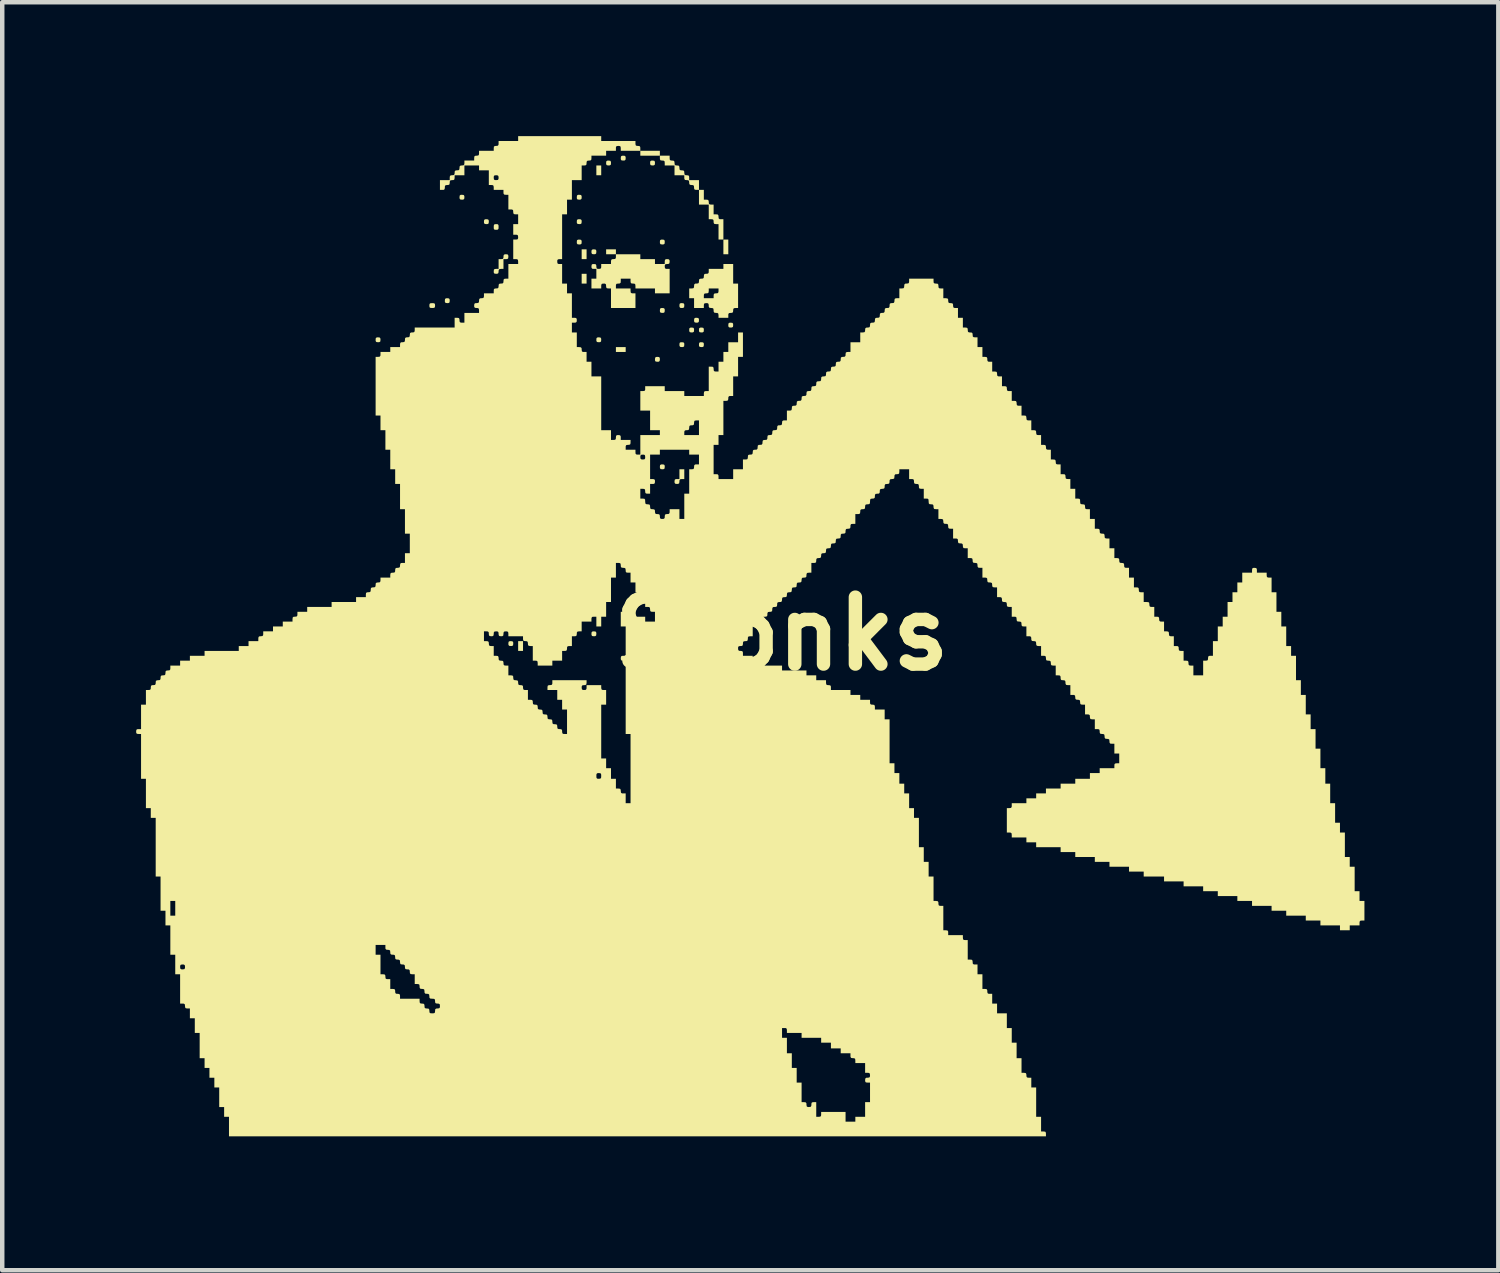
<source format=kicad_pcb>
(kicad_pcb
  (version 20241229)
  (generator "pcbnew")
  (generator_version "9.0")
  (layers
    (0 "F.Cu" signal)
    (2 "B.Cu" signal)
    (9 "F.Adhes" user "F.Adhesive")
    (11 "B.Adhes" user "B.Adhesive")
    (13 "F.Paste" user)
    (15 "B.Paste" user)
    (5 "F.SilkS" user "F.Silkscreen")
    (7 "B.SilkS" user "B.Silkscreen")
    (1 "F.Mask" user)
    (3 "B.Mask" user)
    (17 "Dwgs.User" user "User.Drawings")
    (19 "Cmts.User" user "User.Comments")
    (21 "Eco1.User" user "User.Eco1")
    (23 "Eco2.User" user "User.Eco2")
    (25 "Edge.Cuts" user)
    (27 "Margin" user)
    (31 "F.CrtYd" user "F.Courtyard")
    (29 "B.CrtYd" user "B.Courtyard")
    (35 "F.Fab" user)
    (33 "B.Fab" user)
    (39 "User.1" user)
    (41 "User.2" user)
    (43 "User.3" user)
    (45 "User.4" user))
  (footprint "Stonks"
    (layer "F.Cu")
    (at 14.47 11.149)
    (property "Reference" "Stonks" (at 0 0 0) (layer "F.SilkS") (effects (font (size 1.5 1.5) (thickness 0.3))))
    (attr board_only exclude_from_pos_files exclude_from_bom)
    (fp_poly (pts (xy -5.803 0.274) (xy -5.803 0.383) (xy -5.857 0.383) (xy -5.912 0.383) (xy -5.912 0.274) (xy -5.912 0.164) (xy -5.857 0.164) (xy -5.803 0.164)) (stroke (width 0) (type solid)) (fill yes) (layer "F.SilkS"))
    (fp_poly (pts (xy -4.379 -8.503) (xy -4.379 -8.394) (xy -4.434 -8.394) (xy -4.489 -8.394) (xy -4.489 -8.503) (xy -4.489 -8.613) (xy -4.434 -8.613) (xy -4.379 -8.613)) (stroke (width 0) (type solid)) (fill yes) (layer "F.SilkS"))
    (fp_poly (pts (xy -4.379 -7.956) (xy -4.379 -7.846) (xy -4.434 -7.846) (xy -4.489 -7.846) (xy -4.489 -7.956) (xy -4.489 -8.065) (xy -4.434 -8.065) (xy -4.379 -8.065)) (stroke (width 0) (type solid)) (fill yes) (layer "F.SilkS"))
    (fp_poly (pts (xy -4.051 -10.383) (xy -4.051 -10.273) (xy -4.106 -10.273) (xy -4.16 -10.273) (xy -4.16 -10.383) (xy -4.16 -10.492) (xy -4.106 -10.492) (xy -4.051 -10.492)) (stroke (width 0) (type solid)) (fill yes) (layer "F.SilkS"))
    (fp_poly (pts (xy -3.722 -8.558) (xy -3.722 -8.503) (xy -3.832 -8.503) (xy -3.941 -8.503) (xy -3.941 -8.558) (xy -3.941 -8.613) (xy -3.832 -8.613) (xy -3.722 -8.613)) (stroke (width 0) (type solid)) (fill yes) (layer "F.SilkS"))
    (fp_poly (pts (xy -3.503 -6.368) (xy -3.503 -6.314) (xy -3.613 -6.314) (xy -3.722 -6.314) (xy -3.722 -6.368) (xy -3.722 -6.423) (xy -3.613 -6.423) (xy -3.503 -6.423)) (stroke (width 0) (type solid)) (fill yes) (layer "F.SilkS"))
    (fp_poly (pts (xy -2.737 -10.766) (xy -2.737 -10.711) (xy -2.956 -10.711) (xy -3.175 -10.711) (xy -3.175 -10.766) (xy -3.175 -10.821) (xy -2.956 -10.821) (xy -2.737 -10.821)) (stroke (width 0) (type solid)) (fill yes) (layer "F.SilkS"))
    (fp_poly (pts (xy -1.204 -8.667) (xy -1.204 -8.503) (xy -1.259 -8.503) (xy -1.314 -8.503) (xy -1.314 -8.667) (xy -1.314 -8.832) (xy -1.259 -8.832) (xy -1.204 -8.832)) (stroke (width 0) (type solid)) (fill yes) (layer "F.SilkS"))
    (fp_poly (pts (xy -9.012 -6.637) (xy -8.998 -6.616) (xy -8.996 -6.587) (xy -9 -6.548) (xy -9.022 -6.534) (xy -9.051 -6.532) (xy -9.089 -6.537) (xy -9.104 -6.558) (xy -9.105 -6.587) (xy -9.101 -6.626) (xy -9.079 -6.64) (xy -9.051 -6.642)) (stroke (width 0) (type solid)) (fill yes) (layer "F.SilkS"))
    (fp_poly (pts (xy -7.794 -7.405) (xy -7.777 -7.39) (xy -7.773 -7.354) (xy -7.777 -7.317) (xy -7.795 -7.302) (xy -7.837 -7.299) (xy -7.88 -7.302) (xy -7.898 -7.317) (xy -7.901 -7.354) (xy -7.897 -7.39) (xy -7.879 -7.405) (xy -7.837 -7.408)) (stroke (width 0) (type solid)) (fill yes) (layer "F.SilkS"))
    (fp_poly (pts (xy -7.461 -7.513) (xy -7.447 -7.492) (xy -7.445 -7.463) (xy -7.449 -7.424) (xy -7.471 -7.41) (xy -7.5 -7.408) (xy -7.538 -7.413) (xy -7.553 -7.434) (xy -7.554 -7.463) (xy -7.55 -7.502) (xy -7.528 -7.516) (xy -7.5 -7.518)) (stroke (width 0) (type solid)) (fill yes) (layer "F.SilkS"))
    (fp_poly (pts (xy -7.132 -9.831) (xy -7.118 -9.809) (xy -7.116 -9.78) (xy -7.121 -9.742) (xy -7.142 -9.727) (xy -7.171 -9.726) (xy -7.21 -9.73) (xy -7.224 -9.752) (xy -7.226 -9.78) (xy -7.221 -9.819) (xy -7.2 -9.834) (xy -7.171 -9.835)) (stroke (width 0) (type solid)) (fill yes) (layer "F.SilkS"))
    (fp_poly (pts (xy -6.585 -9.283) (xy -6.571 -9.262) (xy -6.569 -9.233) (xy -6.573 -9.194) (xy -6.595 -9.18) (xy -6.624 -9.178) (xy -6.662 -9.183) (xy -6.677 -9.204) (xy -6.678 -9.233) (xy -6.674 -9.272) (xy -6.653 -9.286) (xy -6.624 -9.288)) (stroke (width 0) (type solid)) (fill yes) (layer "F.SilkS"))
    (fp_poly (pts (xy -6.368 -9.175) (xy -6.353 -9.157) (xy -6.35 -9.114) (xy -6.353 -9.072) (xy -6.369 -9.054) (xy -6.405 -9.051) (xy -6.442 -9.054) (xy -6.457 -9.072) (xy -6.459 -9.114) (xy -6.456 -9.157) (xy -6.441 -9.175) (xy -6.405 -9.178)) (stroke (width 0) (type solid)) (fill yes) (layer "F.SilkS"))
    (fp_poly (pts (xy -6.038 0.169) (xy -6.023 0.19) (xy -6.022 0.219) (xy -6.026 0.258) (xy -6.047 0.272) (xy -6.076 0.274) (xy -6.115 0.269) (xy -6.129 0.248) (xy -6.131 0.219) (xy -6.127 0.18) (xy -6.105 0.166) (xy -6.076 0.164)) (stroke (width 0) (type solid)) (fill yes) (layer "F.SilkS"))
    (fp_poly (pts (xy -4.505 -9.831) (xy -4.49 -9.809) (xy -4.489 -9.78) (xy -4.493 -9.742) (xy -4.515 -9.727) (xy -4.544 -9.726) (xy -4.582 -9.73) (xy -4.597 -9.752) (xy -4.598 -9.78) (xy -4.594 -9.819) (xy -4.572 -9.834) (xy -4.544 -9.835)) (stroke (width 0) (type solid)) (fill yes) (layer "F.SilkS"))
    (fp_poly (pts (xy -4.505 -9.283) (xy -4.49 -9.262) (xy -4.489 -9.233) (xy -4.493 -9.194) (xy -4.515 -9.18) (xy -4.544 -9.178) (xy -4.582 -9.183) (xy -4.597 -9.204) (xy -4.598 -9.233) (xy -4.594 -9.272) (xy -4.572 -9.286) (xy -4.544 -9.288)) (stroke (width 0) (type solid)) (fill yes) (layer "F.SilkS"))
    (fp_poly (pts (xy -4.505 -8.827) (xy -4.49 -8.806) (xy -4.489 -8.777) (xy -4.493 -8.738) (xy -4.515 -8.724) (xy -4.544 -8.722) (xy -4.582 -8.727) (xy -4.597 -8.748) (xy -4.598 -8.777) (xy -4.594 -8.816) (xy -4.572 -8.83) (xy -4.544 -8.832)) (stroke (width 0) (type solid)) (fill yes) (layer "F.SilkS"))
    (fp_poly (pts (xy -4.176 -8.608) (xy -4.162 -8.587) (xy -4.16 -8.558) (xy -4.165 -8.519) (xy -4.186 -8.505) (xy -4.215 -8.503) (xy -4.254 -8.508) (xy -4.268 -8.529) (xy -4.27 -8.558) (xy -4.265 -8.597) (xy -4.244 -8.611) (xy -4.215 -8.613)) (stroke (width 0) (type solid)) (fill yes) (layer "F.SilkS"))
    (fp_poly (pts (xy -4.176 -0.05) (xy -4.162 -0.029) (xy -4.16 -0.000001) (xy -4.165 0.039) (xy -4.186 0.053) (xy -4.215 0.055) (xy -4.254 0.05) (xy -4.268 0.029) (xy -4.27 -0.000001) (xy -4.265 -0.039) (xy -4.244 -0.053) (xy -4.215 -0.055)) (stroke (width 0) (type solid)) (fill yes) (layer "F.SilkS"))
    (fp_poly (pts (xy -4.067 -6.637) (xy -4.053 -6.616) (xy -4.051 -6.587) (xy -4.055 -6.548) (xy -4.077 -6.534) (xy -4.106 -6.532) (xy -4.144 -6.537) (xy -4.159 -6.558) (xy -4.16 -6.587) (xy -4.156 -6.626) (xy -4.134 -6.64) (xy -4.106 -6.642)) (stroke (width 0) (type solid)) (fill yes) (layer "F.SilkS"))
    (fp_poly (pts (xy -3.848 -10.597) (xy -3.834 -10.576) (xy -3.832 -10.547) (xy -3.836 -10.508) (xy -3.858 -10.494) (xy -3.887 -10.492) (xy -3.925 -10.497) (xy -3.94 -10.518) (xy -3.941 -10.547) (xy -3.937 -10.586) (xy -3.916 -10.6) (xy -3.887 -10.602)) (stroke (width 0) (type solid)) (fill yes) (layer "F.SilkS"))
    (fp_poly (pts (xy -3.519 -10.707) (xy -3.505 -10.685) (xy -3.503 -10.656) (xy -3.508 -10.618) (xy -3.529 -10.603) (xy -3.558 -10.602) (xy -3.597 -10.606) (xy -3.611 -10.627) (xy -3.613 -10.656) (xy -3.608 -10.695) (xy -3.587 -10.709) (xy -3.558 -10.711)) (stroke (width 0) (type solid)) (fill yes) (layer "F.SilkS"))
    (fp_poly (pts (xy -2.863 -10.597) (xy -2.848 -10.576) (xy -2.847 -10.547) (xy -2.851 -10.508) (xy -2.872 -10.494) (xy -2.901 -10.492) (xy -2.94 -10.497) (xy -2.954 -10.518) (xy -2.956 -10.547) (xy -2.952 -10.586) (xy -2.93 -10.6) (xy -2.901 -10.602)) (stroke (width 0) (type solid)) (fill yes) (layer "F.SilkS"))
    (fp_poly (pts (xy -2.753 -6.2) (xy -2.739 -6.178) (xy -2.737 -6.149) (xy -2.742 -6.111) (xy -2.763 -6.096) (xy -2.792 -6.095) (xy -2.831 -6.099) (xy -2.845 -6.12) (xy -2.847 -6.149) (xy -2.842 -6.188) (xy -2.821 -6.202) (xy -2.792 -6.204)) (stroke (width 0) (type solid)) (fill yes) (layer "F.SilkS"))
    (fp_poly (pts (xy -2.644 -8.827) (xy -2.629 -8.806) (xy -2.628 -8.777) (xy -2.632 -8.738) (xy -2.653 -8.724) (xy -2.682 -8.722) (xy -2.721 -8.727) (xy -2.735 -8.748) (xy -2.737 -8.777) (xy -2.733 -8.816) (xy -2.711 -8.83) (xy -2.682 -8.832)) (stroke (width 0) (type solid)) (fill yes) (layer "F.SilkS"))
    (fp_poly (pts (xy -2.644 -7.294) (xy -2.629 -7.273) (xy -2.628 -7.244) (xy -2.632 -7.205) (xy -2.653 -7.191) (xy -2.682 -7.189) (xy -2.721 -7.194) (xy -2.735 -7.215) (xy -2.737 -7.244) (xy -2.733 -7.283) (xy -2.711 -7.297) (xy -2.682 -7.299)) (stroke (width 0) (type solid)) (fill yes) (layer "F.SilkS"))
    (fp_poly (pts (xy -2.644 -3.791) (xy -2.629 -3.77) (xy -2.628 -3.741) (xy -2.632 -3.702) (xy -2.653 -3.688) (xy -2.682 -3.686) (xy -2.721 -3.69) (xy -2.735 -3.712) (xy -2.737 -3.741) (xy -2.733 -3.779) (xy -2.711 -3.794) (xy -2.682 -3.795)) (stroke (width 0) (type solid)) (fill yes) (layer "F.SilkS"))
    (fp_poly (pts (xy -2.206 -7.404) (xy -2.191 -7.382) (xy -2.19 -7.354) (xy -2.194 -7.315) (xy -2.216 -7.301) (xy -2.244 -7.299) (xy -2.283 -7.303) (xy -2.297 -7.325) (xy -2.299 -7.354) (xy -2.295 -7.392) (xy -2.273 -7.407) (xy -2.244 -7.408)) (stroke (width 0) (type solid)) (fill yes) (layer "F.SilkS"))
    (fp_poly (pts (xy -2.206 -6.528) (xy -2.191 -6.507) (xy -2.19 -6.478) (xy -2.194 -6.439) (xy -2.216 -6.425) (xy -2.244 -6.423) (xy -2.283 -6.428) (xy -2.297 -6.449) (xy -2.299 -6.478) (xy -2.295 -6.517) (xy -2.273 -6.531) (xy -2.244 -6.532)) (stroke (width 0) (type solid)) (fill yes) (layer "F.SilkS"))
    (fp_poly (pts (xy -1.987 -6.856) (xy -1.972 -6.835) (xy -1.971 -6.806) (xy -1.975 -6.767) (xy -1.997 -6.753) (xy -2.025 -6.751) (xy -2.064 -6.756) (xy -2.078 -6.777) (xy -2.08 -6.806) (xy -2.076 -6.845) (xy -2.054 -6.859) (xy -2.025 -6.861)) (stroke (width 0) (type solid)) (fill yes) (layer "F.SilkS"))
    (fp_poly (pts (xy -1.877 -7.075) (xy -1.863 -7.054) (xy -1.861 -7.025) (xy -1.866 -6.986) (xy -1.887 -6.972) (xy -1.916 -6.97) (xy -1.955 -6.975) (xy -1.969 -6.996) (xy -1.971 -7.025) (xy -1.966 -7.064) (xy -1.945 -7.078) (xy -1.916 -7.08)) (stroke (width 0) (type solid)) (fill yes) (layer "F.SilkS"))
    (fp_poly (pts (xy -1.768 -6.856) (xy -1.753 -6.835) (xy -1.752 -6.806) (xy -1.756 -6.767) (xy -1.778 -6.753) (xy -1.806 -6.751) (xy -1.845 -6.756) (xy -1.86 -6.777) (xy -1.861 -6.806) (xy -1.857 -6.845) (xy -1.835 -6.859) (xy -1.806 -6.861)) (stroke (width 0) (type solid)) (fill yes) (layer "F.SilkS"))
    (fp_poly (pts (xy -1.768 -6.528) (xy -1.753 -6.507) (xy -1.752 -6.478) (xy -1.756 -6.439) (xy -1.778 -6.425) (xy -1.806 -6.423) (xy -1.845 -6.428) (xy -1.86 -6.449) (xy -1.861 -6.478) (xy -1.857 -6.517) (xy -1.835 -6.531) (xy -1.806 -6.532)) (stroke (width 0) (type solid)) (fill yes) (layer "F.SilkS"))
    (fp_poly (pts (xy -1.111 -6.966) (xy -1.097 -6.945) (xy -1.095 -6.916) (xy -1.099 -6.877) (xy -1.121 -6.863) (xy -1.15 -6.861) (xy -1.188 -6.865) (xy -1.203 -6.887) (xy -1.204 -6.916) (xy -1.2 -6.954) (xy -1.178 -6.969) (xy -1.15 -6.97)) (stroke (width 0) (type solid)) (fill yes) (layer "F.SilkS"))
    (fp_poly (pts (xy -2.19 -3.576) (xy -2.19 -3.467) (xy -2.244 -3.467) (xy -2.283 -3.462) (xy -2.297 -3.441) (xy -2.299 -3.412) (xy -2.304 -3.373) (xy -2.325 -3.359) (xy -2.354 -3.357) (xy -2.393 -3.362) (xy -2.407 -3.383) (xy -2.409 -3.412) (xy -2.404 -3.451) (xy -2.383 -3.465) (xy -2.354 -3.467) (xy -2.299 -3.467) (xy -2.299 -3.576) (xy -2.299 -3.686) (xy -2.244 -3.686) (xy -2.19 -3.686)) (stroke (width 0) (type solid)) (fill yes) (layer "F.SilkS"))
    (fp_poly (pts (xy -6.147 -8.499) (xy -6.133 -8.477) (xy -6.131 -8.448) (xy -6.136 -8.41) (xy -6.157 -8.395) (xy -6.186 -8.394) (xy -6.241 -8.394) (xy -6.241 -8.284) (xy -6.241 -8.175) (xy -6.295 -8.175) (xy -6.334 -8.17) (xy -6.348 -8.149) (xy -6.35 -8.12) (xy -6.355 -8.081) (xy -6.376 -8.067) (xy -6.405 -8.065) (xy -6.444 -8.07) (xy -6.458 -8.091) (xy -6.459 -8.12) (xy -6.455 -8.159) (xy -6.434 -8.173) (xy -6.405 -8.175) (xy -6.35 -8.175) (xy -6.35 -8.284) (xy -6.35 -8.394) (xy -6.295 -8.394) (xy -6.256 -8.398) (xy -6.242 -8.42) (xy -6.241 -8.448) (xy -6.236 -8.487) (xy -6.215 -8.501) (xy -6.186 -8.503)) (stroke (width 0) (type solid)) (fill yes) (layer "F.SilkS"))
    (fp_poly (pts (xy -1.752 -9.835) (xy -1.752 -9.726) (xy -1.697 -9.726) (xy -1.658 -9.721) (xy -1.644 -9.7) (xy -1.642 -9.671) (xy -1.638 -9.632) (xy -1.616 -9.618) (xy -1.588 -9.616) (xy -1.533 -9.616) (xy -1.533 -9.507) (xy -1.533 -9.397) (xy -1.478 -9.397) (xy -1.439 -9.393) (xy -1.425 -9.371) (xy -1.423 -9.343) (xy -1.419 -9.304) (xy -1.397 -9.289) (xy -1.369 -9.288) (xy -1.314 -9.288) (xy -1.314 -9.06) (xy -1.314 -8.832) (xy -1.369 -8.832) (xy -1.423 -8.832) (xy -1.423 -9.005) (xy -1.423 -9.178) (xy -1.478 -9.178) (xy -1.517 -9.183) (xy -1.531 -9.204) (xy -1.533 -9.233) (xy -1.537 -9.272) (xy -1.559 -9.286) (xy -1.588 -9.288) (xy -1.642 -9.288) (xy -1.642 -9.452) (xy -1.642 -9.616) (xy -1.752 -9.616) (xy -1.861 -9.616) (xy -1.861 -9.78) (xy -1.861 -9.945) (xy -1.806 -9.945) (xy -1.752 -9.945)) (stroke (width 0) (type solid)) (fill yes) (layer "F.SilkS"))
    (fp_poly (pts (xy -2.518 -10.656) (xy -2.514 -10.618) (xy -2.492 -10.603) (xy -2.463 -10.602) (xy -2.425 -10.597) (xy -2.41 -10.576) (xy -2.409 -10.547) (xy -2.404 -10.508) (xy -2.383 -10.494) (xy -2.354 -10.492) (xy -2.315 -10.488) (xy -2.301 -10.466) (xy -2.299 -10.437) (xy -2.295 -10.399) (xy -2.273 -10.384) (xy -2.244 -10.383) (xy -2.206 -10.378) (xy -2.191 -10.357) (xy -2.19 -10.328) (xy -2.185 -10.289) (xy -2.164 -10.275) (xy -2.135 -10.273) (xy -2.096 -10.269) (xy -2.082 -10.247) (xy -2.08 -10.218) (xy -2.08 -10.164) (xy -1.971 -10.164) (xy -1.861 -10.164) (xy -1.861 -10.054) (xy -1.861 -9.945) (xy -1.916 -9.945) (xy -1.955 -9.949) (xy -1.969 -9.971) (xy -1.971 -9.999) (xy -1.975 -10.038) (xy -1.997 -10.052) (xy -2.025 -10.054) (xy -2.064 -10.059) (xy -2.078 -10.08) (xy -2.08 -10.109) (xy -2.085 -10.148) (xy -2.106 -10.162) (xy -2.135 -10.164) (xy -2.174 -10.168) (xy -2.188 -10.189) (xy -2.19 -10.218) (xy -2.19 -10.273) (xy -2.299 -10.273) (xy -2.409 -10.273) (xy -2.409 -10.383) (xy -2.409 -10.492) (xy -2.518 -10.492) (xy -2.628 -10.492) (xy -2.628 -10.547) (xy -2.632 -10.586) (xy -2.653 -10.6) (xy -2.682 -10.602) (xy -2.721 -10.606) (xy -2.735 -10.627) (xy -2.737 -10.656) (xy -2.737 -10.711) (xy -2.628 -10.711) (xy -2.518 -10.711)) (stroke (width 0) (type solid)) (fill yes) (layer "F.SilkS"))
    (fp_poly (pts (xy -1.095 -8.065) (xy -1.095 -7.846) (xy -1.04 -7.846) (xy -0.985 -7.846) (xy -0.985 -7.573) (xy -0.985 -7.299) (xy -1.04 -7.299) (xy -1.079 -7.294) (xy -1.093 -7.273) (xy -1.095 -7.244) (xy -1.099 -7.205) (xy -1.121 -7.191) (xy -1.15 -7.189) (xy -1.188 -7.185) (xy -1.203 -7.164) (xy -1.204 -7.135) (xy -1.204 -7.08) (xy -1.314 -7.08) (xy -1.423 -7.08) (xy -1.423 -7.135) (xy -1.428 -7.173) (xy -1.449 -7.188) (xy -1.478 -7.189) (xy -1.517 -7.194) (xy -1.531 -7.215) (xy -1.533 -7.244) (xy -1.537 -7.283) (xy -1.559 -7.297) (xy -1.588 -7.299) (xy -1.626 -7.303) (xy -1.641 -7.325) (xy -1.642 -7.354) (xy -1.647 -7.392) (xy -1.668 -7.407) (xy -1.697 -7.408) (xy -1.736 -7.404) (xy -1.75 -7.382) (xy -1.752 -7.354) (xy -1.752 -7.299) (xy -1.861 -7.299) (xy -1.971 -7.299) (xy -1.971 -7.408) (xy -1.971 -7.518) (xy -2.025 -7.518) (xy -2.08 -7.518) (xy -2.08 -7.573) (xy -1.752 -7.573) (xy -1.752 -7.518) (xy -1.642 -7.518) (xy -1.533 -7.518) (xy -1.533 -7.573) (xy -1.528 -7.611) (xy -1.507 -7.626) (xy -1.478 -7.627) (xy -1.439 -7.632) (xy -1.425 -7.653) (xy -1.423 -7.682) (xy -1.423 -7.737) (xy -1.533 -7.737) (xy -1.642 -7.737) (xy -1.642 -7.682) (xy -1.647 -7.643) (xy -1.668 -7.629) (xy -1.697 -7.627) (xy -1.736 -7.623) (xy -1.75 -7.601) (xy -1.752 -7.573) (xy -2.08 -7.573) (xy -2.08 -7.627) (xy -2.08 -7.737) (xy -2.025 -7.737) (xy -1.987 -7.741) (xy -1.972 -7.763) (xy -1.971 -7.792) (xy -1.966 -7.83) (xy -1.945 -7.845) (xy -1.916 -7.846) (xy -1.877 -7.851) (xy -1.863 -7.872) (xy -1.861 -7.901) (xy -1.857 -7.94) (xy -1.835 -7.954) (xy -1.806 -7.956) (xy -1.768 -7.96) (xy -1.753 -7.982) (xy -1.752 -8.01) (xy -1.747 -8.049) (xy -1.726 -8.064) (xy -1.697 -8.065) (xy -1.658 -8.07) (xy -1.644 -8.091) (xy -1.642 -8.12) (xy -1.642 -8.175) (xy -1.478 -8.175) (xy -1.314 -8.175) (xy -1.314 -8.229) (xy -1.314 -8.284) (xy -1.204 -8.284) (xy -1.095 -8.284)) (stroke (width 0) (type solid)) (fill yes) (layer "F.SilkS"))
    (fp_poly (pts (xy -3.175 -8.448) (xy -3.175 -8.394) (xy -3.011 -8.394) (xy -2.847 -8.394) (xy -2.847 -8.339) (xy -2.847 -8.284) (xy -2.737 -8.284) (xy -2.628 -8.284) (xy -2.628 -8.339) (xy -2.623 -8.378) (xy -2.602 -8.392) (xy -2.573 -8.394) (xy -2.534 -8.389) (xy -2.52 -8.368) (xy -2.518 -8.339) (xy -2.523 -8.3) (xy -2.544 -8.286) (xy -2.573 -8.284) (xy -2.612 -8.28) (xy -2.626 -8.258) (xy -2.628 -8.229) (xy -2.623 -8.191) (xy -2.602 -8.176) (xy -2.573 -8.175) (xy -2.518 -8.175) (xy -2.518 -7.901) (xy -2.518 -7.627) (xy -2.682 -7.627) (xy -2.847 -7.627) (xy -2.847 -7.682) (xy -2.847 -7.737) (xy -3.066 -7.737) (xy -3.284 -7.737) (xy -3.284 -7.792) (xy -3.289 -7.83) (xy -3.31 -7.845) (xy -3.339 -7.846) (xy -3.378 -7.851) (xy -3.392 -7.872) (xy -3.394 -7.901) (xy -3.394 -7.956) (xy -3.503 -7.956) (xy -3.613 -7.956) (xy -3.613 -7.901) (xy -3.617 -7.862) (xy -3.639 -7.848) (xy -3.668 -7.846) (xy -3.706 -7.842) (xy -3.721 -7.82) (xy -3.722 -7.792) (xy -3.722 -7.737) (xy -3.558 -7.737) (xy -3.394 -7.737) (xy -3.394 -7.682) (xy -3.389 -7.643) (xy -3.368 -7.629) (xy -3.339 -7.627) (xy -3.284 -7.627) (xy -3.284 -7.463) (xy -3.284 -7.299) (xy -3.558 -7.299) (xy -3.832 -7.299) (xy -3.832 -7.518) (xy -3.832 -7.737) (xy -3.887 -7.737) (xy -3.925 -7.741) (xy -3.94 -7.763) (xy -3.941 -7.792) (xy -3.946 -7.83) (xy -3.967 -7.845) (xy -3.996 -7.846) (xy -4.035 -7.842) (xy -4.049 -7.82) (xy -4.051 -7.792) (xy -4.051 -7.737) (xy -4.16 -7.737) (xy -4.27 -7.737) (xy -4.27 -7.846) (xy -4.27 -7.956) (xy -4.215 -7.956) (xy -4.16 -7.956) (xy -4.16 -8.065) (xy -4.16 -8.175) (xy -4.215 -8.175) (xy -4.254 -8.179) (xy -4.268 -8.201) (xy -4.27 -8.229) (xy -4.265 -8.268) (xy -4.244 -8.283) (xy -4.215 -8.284) (xy -4.176 -8.28) (xy -4.162 -8.258) (xy -4.16 -8.229) (xy -4.156 -8.191) (xy -4.134 -8.176) (xy -4.106 -8.175) (xy -4.067 -8.179) (xy -4.053 -8.201) (xy -4.051 -8.229) (xy -4.051 -8.284) (xy -3.941 -8.284) (xy -3.832 -8.284) (xy -3.832 -8.339) (xy -3.827 -8.378) (xy -3.806 -8.392) (xy -3.777 -8.394) (xy -3.738 -8.398) (xy -3.724 -8.42) (xy -3.722 -8.448) (xy -3.722 -8.503) (xy -3.449 -8.503) (xy -3.175 -8.503)) (stroke (width 0) (type solid)) (fill yes) (layer "F.SilkS"))
    (fp_poly (pts (xy -4.051 -11.094) (xy -4.051 -11.04) (xy -3.668 -11.04) (xy -3.284 -11.04) (xy -3.284 -10.985) (xy -3.28 -10.946) (xy -3.259 -10.932) (xy -3.23 -10.93) (xy -3.191 -10.926) (xy -3.177 -10.904) (xy -3.175 -10.875) (xy -3.175 -10.821) (xy -3.394 -10.821) (xy -3.613 -10.821) (xy -3.613 -10.875) (xy -3.617 -10.914) (xy -3.639 -10.928) (xy -3.668 -10.93) (xy -3.706 -10.926) (xy -3.721 -10.904) (xy -3.722 -10.875) (xy -3.722 -10.821) (xy -3.832 -10.821) (xy -3.941 -10.821) (xy -3.941 -10.766) (xy -3.941 -10.711) (xy -4.106 -10.711) (xy -4.27 -10.711) (xy -4.27 -10.656) (xy -4.274 -10.618) (xy -4.296 -10.603) (xy -4.325 -10.602) (xy -4.363 -10.597) (xy -4.378 -10.576) (xy -4.379 -10.547) (xy -4.384 -10.508) (xy -4.405 -10.494) (xy -4.434 -10.492) (xy -4.489 -10.492) (xy -4.489 -10.328) (xy -4.489 -10.164) (xy -4.598 -10.164) (xy -4.708 -10.164) (xy -4.708 -9.945) (xy -4.708 -9.726) (xy -4.763 -9.726) (xy -4.817 -9.726) (xy -4.817 -9.561) (xy -4.817 -9.397) (xy -4.872 -9.397) (xy -4.927 -9.397) (xy -4.927 -8.895) (xy -4.927 -8.394) (xy -4.981 -8.394) (xy -5.02 -8.389) (xy -5.035 -8.368) (xy -5.036 -8.339) (xy -5.032 -8.3) (xy -5.01 -8.286) (xy -4.981 -8.284) (xy -4.927 -8.284) (xy -4.927 -8.065) (xy -4.927 -7.846) (xy -4.872 -7.846) (xy -4.817 -7.846) (xy -4.817 -7.737) (xy -4.817 -7.627) (xy -4.763 -7.627) (xy -4.708 -7.627) (xy -4.708 -7.354) (xy -4.708 -7.08) (xy -4.653 -7.08) (xy -4.614 -7.075) (xy -4.6 -7.054) (xy -4.598 -7.025) (xy -4.603 -6.986) (xy -4.624 -6.972) (xy -4.653 -6.97) (xy -4.708 -6.97) (xy -4.708 -6.861) (xy -4.708 -6.751) (xy -4.653 -6.751) (xy -4.598 -6.751) (xy -4.598 -6.587) (xy -4.598 -6.423) (xy -4.544 -6.423) (xy -4.505 -6.418) (xy -4.49 -6.397) (xy -4.489 -6.368) (xy -4.484 -6.329) (xy -4.463 -6.315) (xy -4.434 -6.314) (xy -4.379 -6.314) (xy -4.379 -6.204) (xy -4.379 -6.095) (xy -4.325 -6.095) (xy -4.27 -6.095) (xy -4.27 -5.93) (xy -4.27 -5.766) (xy -4.16 -5.766) (xy -4.051 -5.766) (xy -4.051 -5.164) (xy -4.051 -4.562) (xy -3.941 -4.562) (xy -3.832 -4.562) (xy -3.832 -4.452) (xy -3.832 -4.343) (xy -3.777 -4.343) (xy -3.738 -4.347) (xy -3.724 -4.369) (xy -3.722 -4.398) (xy -3.718 -4.436) (xy -3.697 -4.451) (xy -3.668 -4.452) (xy -3.629 -4.448) (xy -3.615 -4.426) (xy -3.613 -4.398) (xy -3.613 -4.343) (xy -3.503 -4.343) (xy -3.394 -4.343) (xy -3.394 -4.288) (xy -3.398 -4.249) (xy -3.42 -4.235) (xy -3.449 -4.233) (xy -3.487 -4.229) (xy -3.502 -4.207) (xy -3.503 -4.179) (xy -3.503 -4.124) (xy -3.394 -4.124) (xy -3.284 -4.124) (xy -3.284 -4.069) (xy -3.28 -4.03) (xy -3.259 -4.016) (xy -3.23 -4.014) (xy -3.175 -4.014) (xy -3.175 -4.233) (xy -3.175 -4.452) (xy -2.956 -4.452) (xy -2.737 -4.452) (xy -2.737 -4.507) (xy -2.19 -4.507) (xy -2.19 -4.452) (xy -2.025 -4.452) (xy -1.861 -4.452) (xy -1.861 -4.617) (xy -1.861 -4.781) (xy -1.916 -4.781) (xy -1.955 -4.776) (xy -1.969 -4.755) (xy -1.971 -4.726) (xy -1.975 -4.687) (xy -1.997 -4.673) (xy -2.025 -4.671) (xy -2.064 -4.667) (xy -2.078 -4.645) (xy -2.08 -4.617) (xy -2.085 -4.578) (xy -2.106 -4.563) (xy -2.135 -4.562) (xy -2.174 -4.557) (xy -2.188 -4.536) (xy -2.19 -4.507) (xy -2.737 -4.507) (xy -2.737 -4.562) (xy -2.847 -4.562) (xy -2.956 -4.562) (xy -2.956 -4.781) (xy -2.956 -5) (xy -3.066 -5) (xy -3.175 -5) (xy -3.175 -5.219) (xy -3.175 -5.438) (xy -3.12 -5.438) (xy -3.081 -5.442) (xy -3.067 -5.463) (xy -3.066 -5.492) (xy -3.066 -5.547) (xy -2.847 -5.547) (xy -2.628 -5.547) (xy -2.628 -5.492) (xy -2.628 -5.438) (xy -2.409 -5.438) (xy -2.19 -5.438) (xy -2.19 -5.383) (xy -2.19 -5.328) (xy -1.971 -5.328) (xy -1.752 -5.328) (xy -1.752 -5.383) (xy -1.747 -5.422) (xy -1.726 -5.436) (xy -1.697 -5.438) (xy -1.642 -5.438) (xy -1.642 -5.711) (xy -1.642 -5.985) (xy -1.588 -5.985) (xy -1.549 -5.981) (xy -1.534 -5.959) (xy -1.533 -5.93) (xy -1.528 -5.892) (xy -1.507 -5.877) (xy -1.478 -5.876) (xy -1.423 -5.876) (xy -1.423 -5.985) (xy -1.423 -6.095) (xy -1.369 -6.095) (xy -1.314 -6.095) (xy -1.314 -6.204) (xy -1.314 -6.314) (xy -1.259 -6.314) (xy -1.204 -6.314) (xy -1.204 -6.423) (xy -1.204 -6.532) (xy -1.095 -6.532) (xy -0.985 -6.532) (xy -0.985 -6.642) (xy -0.985 -6.751) (xy -0.931 -6.751) (xy -0.876 -6.751) (xy -0.876 -6.478) (xy -0.876 -6.204) (xy -0.931 -6.204) (xy -0.985 -6.204) (xy -0.985 -5.985) (xy -0.985 -5.766) (xy -1.04 -5.766) (xy -1.095 -5.766) (xy -1.095 -5.547) (xy -1.095 -5.328) (xy -1.15 -5.328) (xy -1.188 -5.324) (xy -1.203 -5.302) (xy -1.204 -5.273) (xy -1.209 -5.235) (xy -1.23 -5.22) (xy -1.259 -5.219) (xy -1.314 -5.219) (xy -1.314 -4.835) (xy -1.314 -4.452) (xy -1.369 -4.452) (xy -1.423 -4.452) (xy -1.423 -4.343) (xy -1.423 -4.233) (xy -1.478 -4.233) (xy -1.533 -4.233) (xy -1.533 -3.905) (xy -1.533 -3.576) (xy -1.478 -3.576) (xy -1.439 -3.572) (xy -1.425 -3.551) (xy -1.423 -3.522) (xy -1.423 -3.467) (xy -1.259 -3.467) (xy -1.095 -3.467) (xy -1.095 -3.576) (xy -1.095 -3.686) (xy -0.985 -3.686) (xy -0.876 -3.686) (xy -0.876 -3.795) (xy -0.876 -3.905) (xy -0.821 -3.905) (xy -0.782 -3.909) (xy -0.768 -3.931) (xy -0.766 -3.96) (xy -0.762 -3.998) (xy -0.741 -4.013) (xy -0.712 -4.014) (xy -0.673 -4.019) (xy -0.659 -4.04) (xy -0.657 -4.069) (xy -0.652 -4.108) (xy -0.631 -4.122) (xy -0.602 -4.124) (xy -0.563 -4.128) (xy -0.549 -4.15) (xy -0.547 -4.179) (xy -0.543 -4.217) (xy -0.522 -4.232) (xy -0.493 -4.233) (xy -0.454 -4.238) (xy -0.44 -4.259) (xy -0.438 -4.288) (xy -0.433 -4.327) (xy -0.412 -4.341) (xy -0.383 -4.343) (xy -0.344 -4.347) (xy -0.33 -4.369) (xy -0.328 -4.398) (xy -0.324 -4.436) (xy -0.303 -4.451) (xy -0.274 -4.452) (xy -0.235 -4.457) (xy -0.221 -4.478) (xy -0.219 -4.507) (xy -0.214 -4.546) (xy -0.193 -4.56) (xy -0.164 -4.562) (xy -0.125 -4.566) (xy -0.111 -4.588) (xy -0.109 -4.617) (xy -0.105 -4.655) (xy -0.084 -4.67) (xy -0.055 -4.671) (xy -0.016 -4.676) (xy -0.002 -4.697) (xy -0.000001 -4.726) (xy 0.005 -4.765) (xy 0.026 -4.779) (xy 0.055 -4.781) (xy 0.109 -4.781) (xy 0.109 -4.89) (xy 0.109 -5) (xy 0.164 -5) (xy 0.203 -5.004) (xy 0.217 -5.026) (xy 0.219 -5.054) (xy 0.223 -5.093) (xy 0.245 -5.108) (xy 0.274 -5.109) (xy 0.312 -5.114) (xy 0.327 -5.135) (xy 0.328 -5.164) (xy 0.333 -5.203) (xy 0.354 -5.217) (xy 0.383 -5.219) (xy 0.422 -5.223) (xy 0.436 -5.245) (xy 0.438 -5.273) (xy 0.442 -5.312) (xy 0.464 -5.326) (xy 0.493 -5.328) (xy 0.531 -5.333) (xy 0.546 -5.354) (xy 0.547 -5.383) (xy 0.552 -5.422) (xy 0.573 -5.436) (xy 0.602 -5.438) (xy 0.641 -5.442) (xy 0.655 -5.463) (xy 0.657 -5.492) (xy 0.661 -5.531) (xy 0.683 -5.545) (xy 0.712 -5.547) (xy 0.75 -5.552) (xy 0.765 -5.573) (xy 0.766 -5.602) (xy 0.771 -5.641) (xy 0.792 -5.655) (xy 0.821 -5.657) (xy 0.86 -5.661) (xy 0.874 -5.682) (xy 0.876 -5.711) (xy 0.88 -5.75) (xy 0.902 -5.764) (xy 0.931 -5.766) (xy 0.969 -5.771) (xy 0.984 -5.792) (xy 0.985 -5.821) (xy 0.99 -5.86) (xy 1.011 -5.874) (xy 1.04 -5.876) (xy 1.079 -5.88) (xy 1.093 -5.901) (xy 1.095 -5.93) (xy 1.099 -5.969) (xy 1.121 -5.983) (xy 1.15 -5.985) (xy 1.188 -5.99) (xy 1.203 -6.011) (xy 1.204 -6.04) (xy 1.209 -6.079) (xy 1.23 -6.093) (xy 1.259 -6.095) (xy 1.298 -6.099) (xy 1.312 -6.12) (xy 1.314 -6.149) (xy 1.318 -6.188) (xy 1.34 -6.202) (xy 1.369 -6.204) (xy 1.407 -6.209) (xy 1.422 -6.23) (xy 1.423 -6.259) (xy 1.428 -6.298) (xy 1.449 -6.312) (xy 1.478 -6.314) (xy 1.533 -6.314) (xy 1.533 -6.423) (xy 1.533 -6.532) (xy 1.642 -6.532) (xy 1.752 -6.532) (xy 1.752 -6.642) (xy 1.752 -6.751) (xy 1.806 -6.751) (xy 1.845 -6.756) (xy 1.86 -6.777) (xy 1.861 -6.806) (xy 1.866 -6.845) (xy 1.887 -6.859) (xy 1.916 -6.861) (xy 1.955 -6.865) (xy 1.969 -6.887) (xy 1.971 -6.916) (xy 1.975 -6.954) (xy 1.997 -6.969) (xy 2.025 -6.97) (xy 2.064 -6.975) (xy 2.078 -6.996) (xy 2.08 -7.025) (xy 2.085 -7.064) (xy 2.106 -7.078) (xy 2.135 -7.08) (xy 2.174 -7.084) (xy 2.188 -7.106) (xy 2.19 -7.135) (xy 2.194 -7.173) (xy 2.216 -7.188) (xy 2.244 -7.189) (xy 2.283 -7.194) (xy 2.297 -7.215) (xy 2.299 -7.244) (xy 2.304 -7.283) (xy 2.325 -7.297) (xy 2.354 -7.299) (xy 2.393 -7.303) (xy 2.407 -7.325) (xy 2.409 -7.354) (xy 2.413 -7.392) (xy 2.434 -7.407) (xy 2.463 -7.408) (xy 2.502 -7.413) (xy 2.516 -7.434) (xy 2.518 -7.463) (xy 2.523 -7.502) (xy 2.544 -7.516) (xy 2.573 -7.518) (xy 2.628 -7.518) (xy 2.628 -7.627) (xy 2.628 -7.737) (xy 2.682 -7.737) (xy 2.721 -7.741) (xy 2.735 -7.763) (xy 2.737 -7.792) (xy 2.742 -7.83) (xy 2.763 -7.845) (xy 2.792 -7.846) (xy 2.831 -7.851) (xy 2.845 -7.872) (xy 2.847 -7.901) (xy 2.847 -7.956) (xy 3.12 -7.956) (xy 3.394 -7.956) (xy 3.394 -7.901) (xy 3.398 -7.862) (xy 3.42 -7.848) (xy 3.449 -7.846) (xy 3.487 -7.842) (xy 3.502 -7.82) (xy 3.503 -7.792) (xy 3.508 -7.753) (xy 3.529 -7.738) (xy 3.558 -7.737) (xy 3.613 -7.737) (xy 3.613 -7.627) (xy 3.613 -7.518) (xy 3.668 -7.518) (xy 3.706 -7.513) (xy 3.721 -7.492) (xy 3.722 -7.463) (xy 3.727 -7.424) (xy 3.748 -7.41) (xy 3.777 -7.408) (xy 3.816 -7.404) (xy 3.83 -7.382) (xy 3.832 -7.354) (xy 3.836 -7.315) (xy 3.858 -7.301) (xy 3.887 -7.299) (xy 3.941 -7.299) (xy 3.941 -7.189) (xy 3.941 -7.08) (xy 3.996 -7.08) (xy 4.051 -7.08) (xy 4.051 -6.97) (xy 4.051 -6.861) (xy 4.106 -6.861) (xy 4.144 -6.856) (xy 4.159 -6.835) (xy 4.16 -6.806) (xy 4.165 -6.767) (xy 4.186 -6.753) (xy 4.215 -6.751) (xy 4.254 -6.747) (xy 4.268 -6.726) (xy 4.27 -6.697) (xy 4.274 -6.658) (xy 4.296 -6.644) (xy 4.325 -6.642) (xy 4.379 -6.642) (xy 4.379 -6.532) (xy 4.379 -6.423) (xy 4.434 -6.423) (xy 4.489 -6.423) (xy 4.489 -6.314) (xy 4.489 -6.204) (xy 4.544 -6.204) (xy 4.582 -6.2) (xy 4.597 -6.178) (xy 4.598 -6.149) (xy 4.603 -6.111) (xy 4.624 -6.096) (xy 4.653 -6.095) (xy 4.708 -6.095) (xy 4.708 -5.985) (xy 4.708 -5.876) (xy 4.762 -5.876) (xy 4.801 -5.871) (xy 4.816 -5.85) (xy 4.817 -5.821) (xy 4.822 -5.782) (xy 4.843 -5.768) (xy 4.872 -5.766) (xy 4.927 -5.766) (xy 4.927 -5.657) (xy 4.927 -5.547) (xy 4.981 -5.547) (xy 5.02 -5.543) (xy 5.035 -5.521) (xy 5.036 -5.492) (xy 5.041 -5.454) (xy 5.062 -5.439) (xy 5.091 -5.438) (xy 5.146 -5.438) (xy 5.146 -5.328) (xy 5.146 -5.219) (xy 5.2 -5.219) (xy 5.239 -5.214) (xy 5.253 -5.193) (xy 5.255 -5.164) (xy 5.26 -5.125) (xy 5.281 -5.111) (xy 5.31 -5.109) (xy 5.365 -5.109) (xy 5.365 -5) (xy 5.365 -4.89) (xy 5.419 -4.89) (xy 5.458 -4.886) (xy 5.472 -4.864) (xy 5.474 -4.835) (xy 5.479 -4.797) (xy 5.5 -4.782) (xy 5.529 -4.781) (xy 5.584 -4.781) (xy 5.584 -4.671) (xy 5.584 -4.562) (xy 5.638 -4.562) (xy 5.677 -4.557) (xy 5.691 -4.536) (xy 5.693 -4.507) (xy 5.698 -4.468) (xy 5.719 -4.454) (xy 5.748 -4.452) (xy 5.803 -4.452) (xy 5.803 -4.343) (xy 5.803 -4.233) (xy 5.857 -4.233) (xy 5.896 -4.229) (xy 5.91 -4.207) (xy 5.912 -4.179) (xy 5.917 -4.14) (xy 5.938 -4.126) (xy 5.967 -4.124) (xy 6.022 -4.124) (xy 6.022 -4.014) (xy 6.022 -3.905) (xy 6.076 -3.905) (xy 6.115 -3.9) (xy 6.129 -3.879) (xy 6.131 -3.85) (xy 6.136 -3.811) (xy 6.157 -3.797) (xy 6.186 -3.795) (xy 6.241 -3.795) (xy 6.241 -3.686) (xy 6.241 -3.576) (xy 6.295 -3.576) (xy 6.334 -3.572) (xy 6.348 -3.551) (xy 6.35 -3.522) (xy 6.355 -3.483) (xy 6.376 -3.469) (xy 6.405 -3.467) (xy 6.459 -3.467) (xy 6.459 -3.357) (xy 6.459 -3.248) (xy 6.514 -3.248) (xy 6.569 -3.248) (xy 6.569 -3.139) (xy 6.569 -3.029) (xy 6.624 -3.029) (xy 6.66 -3.025) (xy 6.676 -3.007) (xy 6.678 -2.965) (xy 6.681 -2.922) (xy 6.697 -2.905) (xy 6.733 -2.901) (xy 6.772 -2.897) (xy 6.786 -2.875) (xy 6.788 -2.847) (xy 6.792 -2.808) (xy 6.814 -2.793) (xy 6.843 -2.792) (xy 6.897 -2.792) (xy 6.897 -2.682) (xy 6.897 -2.573) (xy 6.952 -2.573) (xy 7.007 -2.573) (xy 7.007 -2.463) (xy 7.007 -2.354) (xy 7.062 -2.354) (xy 7.1 -2.349) (xy 7.115 -2.328) (xy 7.116 -2.299) (xy 7.121 -2.26) (xy 7.142 -2.246) (xy 7.171 -2.244) (xy 7.21 -2.24) (xy 7.224 -2.219) (xy 7.226 -2.19) (xy 7.23 -2.151) (xy 7.252 -2.137) (xy 7.281 -2.135) (xy 7.335 -2.135) (xy 7.335 -2.025) (xy 7.335 -1.916) (xy 7.39 -1.916) (xy 7.445 -1.916) (xy 7.445 -1.806) (xy 7.445 -1.697) (xy 7.5 -1.697) (xy 7.538 -1.692) (xy 7.553 -1.671) (xy 7.554 -1.642) (xy 7.559 -1.603) (xy 7.58 -1.589) (xy 7.609 -1.588) (xy 7.648 -1.583) (xy 7.662 -1.562) (xy 7.664 -1.533) (xy 7.668 -1.494) (xy 7.69 -1.48) (xy 7.719 -1.478) (xy 7.773 -1.478) (xy 7.773 -1.369) (xy 7.773 -1.259) (xy 7.828 -1.259) (xy 7.883 -1.259) (xy 7.883 -1.15) (xy 7.883 -1.04) (xy 7.937 -1.04) (xy 7.976 -1.036) (xy 7.991 -1.014) (xy 7.992 -0.985) (xy 7.997 -0.947) (xy 8.018 -0.932) (xy 8.047 -0.931) (xy 8.102 -0.931) (xy 8.102 -0.821) (xy 8.102 -0.712) (xy 8.166 -0.712) (xy 8.208 -0.709) (xy 8.226 -0.693) (xy 8.229 -0.657) (xy 8.234 -0.618) (xy 8.255 -0.604) (xy 8.284 -0.602) (xy 8.339 -0.602) (xy 8.339 -0.493) (xy 8.339 -0.383) (xy 8.394 -0.383) (xy 8.432 -0.379) (xy 8.447 -0.357) (xy 8.448 -0.328) (xy 8.453 -0.29) (xy 8.474 -0.275) (xy 8.503 -0.274) (xy 8.558 -0.274) (xy 8.558 -0.164) (xy 8.558 -0.055) (xy 8.613 -0.055) (xy 8.651 -0.05) (xy 8.666 -0.029) (xy 8.667 -0.000001) (xy 8.672 0.039) (xy 8.693 0.053) (xy 8.722 0.055) (xy 8.777 0.055) (xy 8.777 0.164) (xy 8.777 0.274) (xy 8.832 0.274) (xy 8.87 0.278) (xy 8.885 0.3) (xy 8.886 0.328) (xy 8.891 0.367) (xy 8.912 0.382) (xy 8.941 0.383) (xy 8.996 0.383) (xy 8.996 0.493) (xy 8.996 0.602) (xy 9.051 0.602) (xy 9.089 0.607) (xy 9.104 0.628) (xy 9.105 0.657) (xy 9.11 0.696) (xy 9.131 0.71) (xy 9.16 0.712) (xy 9.215 0.712) (xy 9.215 0.821) (xy 9.215 0.931) (xy 9.324 0.931) (xy 9.434 0.931) (xy 9.434 0.766) (xy 9.434 0.602) (xy 9.489 0.602) (xy 9.527 0.598) (xy 9.542 0.576) (xy 9.543 0.547) (xy 9.548 0.509) (xy 9.569 0.494) (xy 9.598 0.493) (xy 9.653 0.493) (xy 9.653 0.328) (xy 9.653 0.164) (xy 9.707 0.164) (xy 9.762 0.164) (xy 9.762 -0.000001) (xy 9.762 -0.164) (xy 9.817 -0.164) (xy 9.872 -0.164) (xy 9.872 -0.274) (xy 9.872 -0.383) (xy 9.926 -0.383) (xy 9.981 -0.383) (xy 9.981 -0.547) (xy 9.981 -0.712) (xy 10.036 -0.712) (xy 10.091 -0.712) (xy 10.091 -0.821) (xy 10.091 -0.931) (xy 10.145 -0.931) (xy 10.2 -0.931) (xy 10.2 -1.04) (xy 10.2 -1.15) (xy 10.255 -1.15) (xy 10.31 -1.15) (xy 10.31 -1.259) (xy 10.31 -1.369) (xy 10.419 -1.369) (xy 10.529 -1.369) (xy 10.529 -1.423) (xy 10.533 -1.462) (xy 10.554 -1.476) (xy 10.583 -1.478) (xy 10.622 -1.473) (xy 10.636 -1.452) (xy 10.638 -1.423) (xy 10.638 -1.369) (xy 10.748 -1.369) (xy 10.857 -1.369) (xy 10.857 -1.314) (xy 10.862 -1.275) (xy 10.883 -1.261) (xy 10.912 -1.259) (xy 10.967 -1.259) (xy 10.967 -1.095) (xy 10.967 -0.931) (xy 11.021 -0.931) (xy 11.076 -0.931) (xy 11.076 -0.712) (xy 11.076 -0.493) (xy 11.131 -0.493) (xy 11.185 -0.493) (xy 11.185 -0.328) (xy 11.185 -0.164) (xy 11.24 -0.164) (xy 11.295 -0.164) (xy 11.295 0.055) (xy 11.295 0.274) (xy 11.35 0.274) (xy 11.404 0.274) (xy 11.404 0.383) (xy 11.404 0.493) (xy 11.459 0.493) (xy 11.514 0.493) (xy 11.514 0.766) (xy 11.514 1.04) (xy 11.569 1.04) (xy 11.623 1.04) (xy 11.623 1.204) (xy 11.623 1.369) (xy 11.678 1.369) (xy 11.733 1.369) (xy 11.733 1.587) (xy 11.733 1.806) (xy 11.788 1.806) (xy 11.842 1.806) (xy 11.842 1.971) (xy 11.842 2.135) (xy 11.897 2.135) (xy 11.952 2.135) (xy 11.952 2.354) (xy 11.952 2.573) (xy 12.007 2.573) (xy 12.061 2.573) (xy 12.061 2.792) (xy 12.061 3.011) (xy 12.116 3.011) (xy 12.171 3.011) (xy 12.171 3.184) (xy 12.171 3.357) (xy 12.226 3.357) (xy 12.28 3.357) (xy 12.28 3.576) (xy 12.28 3.795) (xy 12.335 3.795) (xy 12.39 3.795) (xy 12.39 4.014) (xy 12.39 4.233) (xy 12.445 4.233) (xy 12.499 4.233) (xy 12.499 4.343) (xy 12.499 4.452) (xy 12.554 4.452) (xy 12.609 4.452) (xy 12.609 4.726) (xy 12.609 5) (xy 12.664 5) (xy 12.718 5) (xy 12.718 5.109) (xy 12.718 5.219) (xy 12.773 5.219) (xy 12.828 5.219) (xy 12.828 5.492) (xy 12.828 5.766) (xy 12.882 5.766) (xy 12.937 5.766) (xy 12.937 5.876) (xy 12.937 5.985) (xy 12.992 5.985) (xy 13.047 5.985) (xy 13.047 6.204) (xy 13.047 6.423) (xy 12.992 6.423) (xy 12.953 6.428) (xy 12.939 6.449) (xy 12.937 6.478) (xy 12.937 6.532) (xy 12.828 6.532) (xy 12.718 6.532) (xy 12.718 6.587) (xy 12.718 6.642) (xy 12.609 6.642) (xy 12.499 6.642) (xy 12.499 6.587) (xy 12.499 6.532) (xy 12.28 6.532) (xy 12.061 6.532) (xy 12.061 6.478) (xy 12.061 6.423) (xy 11.897 6.423) (xy 11.733 6.423) (xy 11.733 6.368) (xy 11.733 6.314) (xy 11.514 6.314) (xy 11.295 6.314) (xy 11.295 6.259) (xy 11.295 6.204) (xy 11.131 6.204) (xy 10.967 6.204) (xy 10.967 6.149) (xy 10.967 6.095) (xy 10.748 6.095) (xy 10.529 6.095) (xy 10.529 6.04) (xy 10.529 5.985) (xy 10.364 5.985) (xy 10.2 5.985) (xy 10.2 5.93) (xy 10.2 5.876) (xy 9.981 5.876) (xy 9.762 5.876) (xy 9.762 5.821) (xy 9.762 5.766) (xy 9.598 5.766) (xy 9.434 5.766) (xy 9.434 5.711) (xy 9.434 5.657) (xy 9.215 5.657) (xy 8.996 5.657) (xy 8.996 5.602) (xy 8.996 5.547) (xy 8.777 5.547) (xy 8.558 5.547) (xy 8.558 5.492) (xy 8.558 5.438) (xy 8.33 5.438) (xy 8.102 5.438) (xy 8.102 5.383) (xy 8.102 5.328) (xy 7.937 5.328) (xy 7.773 5.328) (xy 7.773 5.273) (xy 7.773 5.219) (xy 7.554 5.219) (xy 7.335 5.219) (xy 7.335 5.164) (xy 7.335 5.109) (xy 7.171 5.109) (xy 7.007 5.109) (xy 7.007 5.054) (xy 7.007 5) (xy 6.788 5) (xy 6.569 5) (xy 6.569 4.945) (xy 6.569 4.89) (xy 6.405 4.89) (xy 6.241 4.89) (xy 6.241 4.835) (xy 6.241 4.781) (xy 5.967 4.781) (xy 5.693 4.781) (xy 5.693 4.726) (xy 5.693 4.671) (xy 5.584 4.671) (xy 5.474 4.671) (xy 5.474 4.617) (xy 5.474 4.562) (xy 5.31 4.562) (xy 5.146 4.562) (xy 5.146 4.507) (xy 5.141 4.468) (xy 5.12 4.454) (xy 5.091 4.452) (xy 5.036 4.452) (xy 5.036 4.179) (xy 5.036 3.905) (xy 5.091 3.905) (xy 5.13 3.9) (xy 5.144 3.879) (xy 5.146 3.85) (xy 5.146 3.795) (xy 5.31 3.795) (xy 5.474 3.795) (xy 5.474 3.741) (xy 5.474 3.686) (xy 5.584 3.686) (xy 5.693 3.686) (xy 5.693 3.631) (xy 5.693 3.576) (xy 5.803 3.576) (xy 5.912 3.576) (xy 5.912 3.522) (xy 5.912 3.467) (xy 6.076 3.467) (xy 6.241 3.467) (xy 6.241 3.412) (xy 6.241 3.357) (xy 6.405 3.357) (xy 6.569 3.357) (xy 6.569 3.303) (xy 6.569 3.248) (xy 6.733 3.248) (xy 6.897 3.248) (xy 6.897 3.184) (xy 6.897 3.12) (xy 7.007 3.12) (xy 7.116 3.12) (xy 7.116 3.066) (xy 7.116 3.011) (xy 7.281 3.011) (xy 7.445 3.011) (xy 7.445 2.956) (xy 7.449 2.917) (xy 7.471 2.903) (xy 7.5 2.901) (xy 7.554 2.901) (xy 7.554 2.792) (xy 7.554 2.682) (xy 7.5 2.682) (xy 7.445 2.682) (xy 7.445 2.573) (xy 7.445 2.463) (xy 7.39 2.463) (xy 7.351 2.459) (xy 7.337 2.438) (xy 7.335 2.409) (xy 7.331 2.37) (xy 7.309 2.356) (xy 7.281 2.354) (xy 7.242 2.349) (xy 7.228 2.328) (xy 7.226 2.299) (xy 7.221 2.26) (xy 7.2 2.246) (xy 7.171 2.244) (xy 7.132 2.24) (xy 7.118 2.219) (xy 7.116 2.19) (xy 7.112 2.151) (xy 7.091 2.137) (xy 7.062 2.135) (xy 7.007 2.135) (xy 7.007 2.025) (xy 7.007 1.916) (xy 6.952 1.916) (xy 6.913 1.911) (xy 6.899 1.89) (xy 6.897 1.861) (xy 6.893 1.822) (xy 6.872 1.808) (xy 6.843 1.806) (xy 6.788 1.806) (xy 6.788 1.697) (xy 6.788 1.587) (xy 6.733 1.587) (xy 6.694 1.583) (xy 6.68 1.562) (xy 6.678 1.533) (xy 6.674 1.494) (xy 6.653 1.48) (xy 6.624 1.478) (xy 6.585 1.473) (xy 6.571 1.452) (xy 6.569 1.423) (xy 6.564 1.385) (xy 6.543 1.37) (xy 6.514 1.369) (xy 6.459 1.369) (xy 6.459 1.259) (xy 6.459 1.15) (xy 6.405 1.15) (xy 6.366 1.145) (xy 6.352 1.124) (xy 6.35 1.095) (xy 6.345 1.056) (xy 6.324 1.042) (xy 6.295 1.04) (xy 6.256 1.036) (xy 6.242 1.014) (xy 6.241 0.985) (xy 6.236 0.947) (xy 6.215 0.932) (xy 6.186 0.931) (xy 6.131 0.931) (xy 6.131 0.821) (xy 6.131 0.712) (xy 6.076 0.712) (xy 6.038 0.707) (xy 6.023 0.686) (xy 6.022 0.657) (xy 6.017 0.618) (xy 5.996 0.604) (xy 5.967 0.602) (xy 5.928 0.598) (xy 5.914 0.576) (xy 5.912 0.547) (xy 5.908 0.509) (xy 5.886 0.494) (xy 5.857 0.493) (xy 5.803 0.493) (xy 5.803 0.383) (xy 5.803 0.274) (xy 5.748 0.274) (xy 5.709 0.269) (xy 5.695 0.248) (xy 5.693 0.219) (xy 5.689 0.18) (xy 5.667 0.166) (xy 5.638 0.164) (xy 5.6 0.16) (xy 5.585 0.138) (xy 5.584 0.109) (xy 5.579 0.071) (xy 5.558 0.056) (xy 5.529 0.055) (xy 5.474 0.055) (xy 5.474 -0.055) (xy 5.474 -0.164) (xy 5.419 -0.164) (xy 5.381 -0.169) (xy 5.366 -0.19) (xy 5.365 -0.219) (xy 5.36 -0.258) (xy 5.339 -0.272) (xy 5.31 -0.274) (xy 5.271 -0.278) (xy 5.257 -0.3) (xy 5.255 -0.328) (xy 5.251 -0.367) (xy 5.229 -0.382) (xy 5.2 -0.383) (xy 5.146 -0.383) (xy 5.146 -0.493) (xy 5.146 -0.602) (xy 5.091 -0.602) (xy 5.052 -0.607) (xy 5.038 -0.628) (xy 5.036 -0.657) (xy 5.032 -0.696) (xy 5.01 -0.71) (xy 4.981 -0.712) (xy 4.943 -0.716) (xy 4.928 -0.737) (xy 4.927 -0.766) (xy 4.922 -0.805) (xy 4.901 -0.819) (xy 4.872 -0.821) (xy 4.817 -0.821) (xy 4.817 -0.931) (xy 4.817 -1.04) (xy 4.762 -1.04) (xy 4.724 -1.045) (xy 4.709 -1.066) (xy 4.708 -1.095) (xy 4.703 -1.134) (xy 4.682 -1.148) (xy 4.653 -1.15) (xy 4.614 -1.154) (xy 4.6 -1.175) (xy 4.598 -1.204) (xy 4.594 -1.243) (xy 4.572 -1.257) (xy 4.544 -1.259) (xy 4.489 -1.259) (xy 4.489 -1.369) (xy 4.489 -1.478) (xy 4.434 -1.478) (xy 4.395 -1.483) (xy 4.381 -1.504) (xy 4.379 -1.533) (xy 4.375 -1.572) (xy 4.353 -1.586) (xy 4.325 -1.588) (xy 4.286 -1.592) (xy 4.272 -1.613) (xy 4.27 -1.642) (xy 4.265 -1.681) (xy 4.244 -1.695) (xy 4.215 -1.697) (xy 4.16 -1.697) (xy 4.16 -1.806) (xy 4.16 -1.916) (xy 4.106 -1.916) (xy 4.067 -1.92) (xy 4.053 -1.942) (xy 4.051 -1.971) (xy 4.046 -2.009) (xy 4.025 -2.024) (xy 3.996 -2.025) (xy 3.957 -2.03) (xy 3.943 -2.051) (xy 3.941 -2.08) (xy 3.937 -2.119) (xy 3.916 -2.133) (xy 3.887 -2.135) (xy 3.832 -2.135) (xy 3.832 -2.244) (xy 3.832 -2.354) (xy 3.777 -2.354) (xy 3.738 -2.358) (xy 3.724 -2.38) (xy 3.722 -2.409) (xy 3.718 -2.447) (xy 3.697 -2.462) (xy 3.668 -2.463) (xy 3.629 -2.468) (xy 3.615 -2.489) (xy 3.613 -2.518) (xy 3.608 -2.557) (xy 3.587 -2.571) (xy 3.558 -2.573) (xy 3.503 -2.573) (xy 3.503 -2.682) (xy 3.503 -2.792) (xy 3.449 -2.792) (xy 3.41 -2.796) (xy 3.396 -2.818) (xy 3.394 -2.847) (xy 3.389 -2.885) (xy 3.368 -2.9) (xy 3.339 -2.901) (xy 3.302 -2.905) (xy 3.287 -2.923) (xy 3.284 -2.965) (xy 3.281 -3.008) (xy 3.266 -3.026) (xy 3.23 -3.029) (xy 3.175 -3.029) (xy 3.175 -3.139) (xy 3.175 -3.248) (xy 3.12 -3.248) (xy 3.081 -3.253) (xy 3.067 -3.274) (xy 3.066 -3.303) (xy 3.061 -3.342) (xy 3.04 -3.356) (xy 3.011 -3.357) (xy 2.972 -3.362) (xy 2.958 -3.383) (xy 2.956 -3.412) (xy 2.952 -3.451) (xy 2.93 -3.465) (xy 2.901 -3.467) (xy 2.847 -3.467) (xy 2.847 -3.576) (xy 2.847 -3.686) (xy 2.737 -3.686) (xy 2.628 -3.686) (xy 2.628 -3.631) (xy 2.623 -3.592) (xy 2.602 -3.578) (xy 2.573 -3.576) (xy 2.534 -3.572) (xy 2.52 -3.551) (xy 2.518 -3.522) (xy 2.514 -3.483) (xy 2.492 -3.469) (xy 2.463 -3.467) (xy 2.425 -3.462) (xy 2.41 -3.441) (xy 2.409 -3.412) (xy 2.404 -3.373) (xy 2.383 -3.359) (xy 2.354 -3.357) (xy 2.315 -3.353) (xy 2.301 -3.332) (xy 2.299 -3.303) (xy 2.295 -3.264) (xy 2.273 -3.25) (xy 2.244 -3.248) (xy 2.206 -3.243) (xy 2.191 -3.222) (xy 2.19 -3.193) (xy 2.185 -3.154) (xy 2.164 -3.14) (xy 2.135 -3.139) (xy 2.096 -3.134) (xy 2.082 -3.113) (xy 2.08 -3.084) (xy 2.076 -3.045) (xy 2.054 -3.031) (xy 2.025 -3.029) (xy 1.989 -3.025) (xy 1.974 -3.007) (xy 1.971 -2.965) (xy 1.968 -2.922) (xy 1.952 -2.905) (xy 1.916 -2.901) (xy 1.877 -2.897) (xy 1.863 -2.875) (xy 1.861 -2.847) (xy 1.857 -2.808) (xy 1.835 -2.793) (xy 1.806 -2.792) (xy 1.768 -2.787) (xy 1.753 -2.766) (xy 1.752 -2.737) (xy 1.747 -2.698) (xy 1.726 -2.684) (xy 1.697 -2.682) (xy 1.642 -2.682) (xy 1.642 -2.573) (xy 1.642 -2.463) (xy 1.587 -2.463) (xy 1.549 -2.459) (xy 1.534 -2.438) (xy 1.533 -2.409) (xy 1.528 -2.37) (xy 1.507 -2.356) (xy 1.478 -2.354) (xy 1.439 -2.349) (xy 1.425 -2.328) (xy 1.423 -2.299) (xy 1.419 -2.26) (xy 1.397 -2.246) (xy 1.369 -2.244) (xy 1.33 -2.24) (xy 1.315 -2.219) (xy 1.314 -2.19) (xy 1.309 -2.151) (xy 1.288 -2.137) (xy 1.259 -2.135) (xy 1.22 -2.13) (xy 1.206 -2.109) (xy 1.204 -2.08) (xy 1.2 -2.041) (xy 1.178 -2.027) (xy 1.15 -2.025) (xy 1.111 -2.021) (xy 1.097 -2) (xy 1.095 -1.971) (xy 1.09 -1.932) (xy 1.069 -1.918) (xy 1.04 -1.916) (xy 1.001 -1.911) (xy 0.987 -1.89) (xy 0.985 -1.861) (xy 0.981 -1.822) (xy 0.959 -1.808) (xy 0.931 -1.806) (xy 0.892 -1.802) (xy 0.878 -1.781) (xy 0.876 -1.752) (xy 0.871 -1.713) (xy 0.85 -1.699) (xy 0.821 -1.697) (xy 0.782 -1.692) (xy 0.768 -1.671) (xy 0.766 -1.642) (xy 0.762 -1.603) (xy 0.741 -1.589) (xy 0.712 -1.588) (xy 0.657 -1.588) (xy 0.657 -1.478) (xy 0.657 -1.369) (xy 0.602 -1.369) (xy 0.563 -1.364) (xy 0.549 -1.343) (xy 0.547 -1.314) (xy 0.543 -1.275) (xy 0.522 -1.261) (xy 0.493 -1.259) (xy 0.454 -1.255) (xy 0.44 -1.233) (xy 0.438 -1.204) (xy 0.433 -1.166) (xy 0.412 -1.151) (xy 0.383 -1.15) (xy 0.344 -1.145) (xy 0.33 -1.124) (xy 0.328 -1.095) (xy 0.324 -1.056) (xy 0.303 -1.042) (xy 0.274 -1.04) (xy 0.235 -1.036) (xy 0.221 -1.014) (xy 0.219 -0.985) (xy 0.214 -0.947) (xy 0.193 -0.932) (xy 0.164 -0.931) (xy 0.125 -0.926) (xy 0.111 -0.905) (xy 0.109 -0.876) (xy 0.105 -0.837) (xy 0.084 -0.823) (xy 0.055 -0.821) (xy 0.016 -0.817) (xy 0.002 -0.795) (xy -0.000001 -0.766) (xy -0.005 -0.728) (xy -0.026 -0.713) (xy -0.055 -0.712) (xy -0.094 -0.707) (xy -0.108 -0.686) (xy -0.109 -0.657) (xy -0.114 -0.618) (xy -0.135 -0.604) (xy -0.164 -0.602) (xy -0.203 -0.598) (xy -0.217 -0.576) (xy -0.219 -0.547) (xy -0.223 -0.509) (xy -0.245 -0.494) (xy -0.274 -0.493) (xy -0.312 -0.488) (xy -0.327 -0.467) (xy -0.328 -0.438) (xy -0.333 -0.399) (xy -0.354 -0.385) (xy -0.383 -0.383) (xy -0.422 -0.379) (xy -0.436 -0.357) (xy -0.438 -0.328) (xy -0.442 -0.29) (xy -0.464 -0.275) (xy -0.493 -0.274) (xy -0.531 -0.269) (xy -0.546 -0.248) (xy -0.547 -0.219) (xy -0.552 -0.18) (xy -0.573 -0.166) (xy -0.602 -0.164) (xy -0.657 -0.164) (xy -0.657 -0.055) (xy -0.657 0.055) (xy -0.712 0.055) (xy -0.75 0.059) (xy -0.765 0.081) (xy -0.766 0.109) (xy -0.771 0.148) (xy -0.792 0.163) (xy -0.821 0.164) (xy -0.86 0.169) (xy -0.874 0.19) (xy -0.876 0.219) (xy -0.88 0.258) (xy -0.902 0.272) (xy -0.931 0.274) (xy -0.969 0.278) (xy -0.984 0.3) (xy -0.985 0.328) (xy -0.981 0.367) (xy -0.959 0.382) (xy -0.931 0.383) (xy -0.892 0.388) (xy -0.878 0.409) (xy -0.876 0.438) (xy -0.876 0.493) (xy -0.766 0.493) (xy -0.657 0.493) (xy -0.657 0.547) (xy -0.657 0.602) (xy -0.547 0.602) (xy -0.438 0.602) (xy -0.438 0.657) (xy -0.438 0.712) (xy -0.219 0.712) (xy -0.000001 0.712) (xy -0.000001 0.766) (xy -0.000001 0.821) (xy 0.274 0.821) (xy 0.547 0.821) (xy 0.547 0.876) (xy 0.547 0.931) (xy 0.657 0.931) (xy 0.766 0.931) (xy 0.766 0.985) (xy 0.766 1.04) (xy 0.876 1.04) (xy 0.985 1.04) (xy 0.985 1.095) (xy 0.99 1.134) (xy 1.011 1.148) (xy 1.04 1.15) (xy 1.079 1.154) (xy 1.093 1.175) (xy 1.095 1.204) (xy 1.095 1.259) (xy 1.314 1.259) (xy 1.533 1.259) (xy 1.533 1.314) (xy 1.533 1.369) (xy 1.642 1.369) (xy 1.752 1.369) (xy 1.752 1.423) (xy 1.752 1.478) (xy 1.861 1.478) (xy 1.971 1.478) (xy 1.971 1.533) (xy 1.975 1.572) (xy 1.997 1.586) (xy 2.025 1.587) (xy 2.064 1.592) (xy 2.078 1.613) (xy 2.08 1.642) (xy 2.08 1.697) (xy 2.19 1.697) (xy 2.299 1.697) (xy 2.299 1.806) (xy 2.299 1.916) (xy 2.354 1.916) (xy 2.409 1.916) (xy 2.409 2.409) (xy 2.409 2.901) (xy 2.463 2.901) (xy 2.518 2.901) (xy 2.518 3.011) (xy 2.518 3.12) (xy 2.573 3.12) (xy 2.628 3.12) (xy 2.628 3.239) (xy 2.628 3.357) (xy 2.682 3.357) (xy 2.737 3.357) (xy 2.737 3.467) (xy 2.737 3.576) (xy 2.792 3.576) (xy 2.847 3.576) (xy 2.847 3.741) (xy 2.847 3.905) (xy 2.901 3.905) (xy 2.956 3.905) (xy 2.956 4.014) (xy 2.956 4.124) (xy 3.011 4.124) (xy 3.066 4.124) (xy 3.066 4.452) (xy 3.066 4.781) (xy 3.12 4.781) (xy 3.175 4.781) (xy 3.175 4.945) (xy 3.175 5.109) (xy 3.23 5.109) (xy 3.284 5.109) (xy 3.284 5.273) (xy 3.284 5.438) (xy 3.339 5.438) (xy 3.394 5.438) (xy 3.394 5.711) (xy 3.394 5.985) (xy 3.449 5.985) (xy 3.487 5.99) (xy 3.502 6.011) (xy 3.503 6.04) (xy 3.508 6.079) (xy 3.529 6.093) (xy 3.558 6.095) (xy 3.613 6.095) (xy 3.613 6.368) (xy 3.613 6.642) (xy 3.668 6.642) (xy 3.706 6.646) (xy 3.721 6.668) (xy 3.722 6.697) (xy 3.722 6.751) (xy 3.887 6.751) (xy 4.051 6.751) (xy 4.051 6.806) (xy 4.055 6.845) (xy 4.077 6.859) (xy 4.106 6.861) (xy 4.16 6.861) (xy 4.16 7.08) (xy 4.16 7.299) (xy 4.215 7.299) (xy 4.254 7.303) (xy 4.268 7.325) (xy 4.27 7.354) (xy 4.274 7.392) (xy 4.296 7.407) (xy 4.325 7.408) (xy 4.379 7.408) (xy 4.379 7.518) (xy 4.379 7.627) (xy 4.434 7.627) (xy 4.489 7.627) (xy 4.489 7.792) (xy 4.489 7.956) (xy 4.544 7.956) (xy 4.582 7.96) (xy 4.597 7.982) (xy 4.598 8.01) (xy 4.603 8.049) (xy 4.624 8.064) (xy 4.653 8.065) (xy 4.708 8.065) (xy 4.708 8.175) (xy 4.708 8.284) (xy 4.762 8.284) (xy 4.817 8.284) (xy 4.817 8.394) (xy 4.817 8.503) (xy 4.927 8.503) (xy 5.036 8.503) (xy 5.036 8.667) (xy 5.036 8.832) (xy 5.091 8.832) (xy 5.146 8.832) (xy 5.146 8.996) (xy 5.146 9.16) (xy 5.2 9.16) (xy 5.255 9.16) (xy 5.255 9.333) (xy 5.255 9.507) (xy 5.31 9.507) (xy 5.365 9.507) (xy 5.365 9.671) (xy 5.365 9.835) (xy 5.419 9.835) (xy 5.458 9.84) (xy 5.472 9.861) (xy 5.474 9.89) (xy 5.479 9.929) (xy 5.5 9.943) (xy 5.529 9.945) (xy 5.584 9.945) (xy 5.584 10.054) (xy 5.584 10.164) (xy 5.638 10.164) (xy 5.693 10.164) (xy 5.693 10.492) (xy 5.693 10.821) (xy 5.748 10.821) (xy 5.803 10.821) (xy 5.803 10.985) (xy 5.803 11.149) (xy 5.857 11.149) (xy 5.896 11.154) (xy 5.91 11.175) (xy 5.912 11.204) (xy 5.912 11.258) (xy -3.239 11.258) (xy -12.39 11.258) (xy -12.39 11.04) (xy -12.39 10.821) (xy -12.445 10.821) (xy -12.499 10.821) (xy -12.499 10.711) (xy -12.499 10.602) (xy -12.554 10.602) (xy -12.609 10.602) (xy -12.609 10.383) (xy -12.609 10.164) (xy -12.664 10.164) (xy -12.718 10.164) (xy -12.718 10.054) (xy -12.718 9.945) (xy -12.773 9.945) (xy -12.828 9.945) (xy -12.828 9.835) (xy -12.828 9.726) (xy -12.882 9.726) (xy -12.937 9.726) (xy -12.937 9.616) (xy -12.937 9.507) (xy -12.992 9.507) (xy -13.047 9.507) (xy -13.047 9.224) (xy -13.047 8.941) (xy -0.000001 8.941) (xy -0.000001 9.051) (xy 0.055 9.051) (xy 0.109 9.051) (xy 0.109 9.224) (xy 0.109 9.397) (xy 0.164 9.397) (xy 0.219 9.397) (xy 0.219 9.561) (xy 0.219 9.726) (xy 0.274 9.726) (xy 0.328 9.726) (xy 0.328 9.89) (xy 0.328 10.054) (xy 0.383 10.054) (xy 0.438 10.054) (xy 0.438 10.273) (xy 0.438 10.492) (xy 0.493 10.492) (xy 0.531 10.497) (xy 0.546 10.518) (xy 0.547 10.547) (xy 0.552 10.586) (xy 0.573 10.6) (xy 0.602 10.602) (xy 0.641 10.597) (xy 0.655 10.576) (xy 0.657 10.547) (xy 0.661 10.508) (xy 0.683 10.494) (xy 0.712 10.492) (xy 0.766 10.492) (xy 0.766 10.656) (xy 0.766 10.821) (xy 0.821 10.821) (xy 0.86 10.816) (xy 0.874 10.795) (xy 0.876 10.766) (xy 0.876 10.711) (xy 1.15 10.711) (xy 1.423 10.711) (xy 1.423 10.821) (xy 1.423 10.93) (xy 1.533 10.93) (xy 1.642 10.93) (xy 1.642 10.875) (xy 1.642 10.821) (xy 1.752 10.821) (xy 1.861 10.821) (xy 1.861 10.656) (xy 1.861 10.492) (xy 1.916 10.492) (xy 1.971 10.492) (xy 1.971 10.273) (xy 1.971 10.054) (xy 1.916 10.054) (xy 1.877 10.05) (xy 1.863 10.028) (xy 1.861 9.999) (xy 1.866 9.961) (xy 1.887 9.946) (xy 1.916 9.945) (xy 1.955 9.94) (xy 1.969 9.919) (xy 1.971 9.89) (xy 1.966 9.851) (xy 1.945 9.837) (xy 1.916 9.835) (xy 1.861 9.835) (xy 1.861 9.726) (xy 1.861 9.616) (xy 1.752 9.616) (xy 1.642 9.616) (xy 1.642 9.561) (xy 1.638 9.523) (xy 1.616 9.508) (xy 1.587 9.507) (xy 1.549 9.502) (xy 1.534 9.481) (xy 1.533 9.452) (xy 1.533 9.397) (xy 1.423 9.397) (xy 1.314 9.397) (xy 1.314 9.343) (xy 1.314 9.288) (xy 1.204 9.288) (xy 1.095 9.288) (xy 1.095 9.224) (xy 1.095 9.16) (xy 0.985 9.16) (xy 0.876 9.16) (xy 0.876 9.105) (xy 0.876 9.051) (xy 0.657 9.051) (xy 0.438 9.051) (xy 0.438 8.996) (xy 0.438 8.941) (xy 0.274 8.941) (xy 0.109 8.941) (xy 0.109 8.886) (xy 0.105 8.848) (xy 0.084 8.833) (xy 0.055 8.832) (xy -0.000001 8.832) (xy -0.000001 8.941) (xy -13.047 8.941) (xy -13.101 8.941) (xy -13.156 8.941) (xy -13.156 8.777) (xy -13.156 8.613) (xy -13.211 8.613) (xy -13.266 8.613) (xy -13.266 8.503) (xy -13.266 8.394) (xy -13.32 8.394) (xy -13.359 8.389) (xy -13.373 8.368) (xy -13.375 8.339) (xy -13.38 8.3) (xy -13.401 8.286) (xy -13.43 8.284) (xy -13.485 8.284) (xy -13.485 7.956) (xy -13.485 7.627) (xy -13.539 7.627) (xy -13.594 7.627) (xy -13.594 7.463) (xy -13.485 7.463) (xy -13.48 7.502) (xy -13.459 7.516) (xy -13.43 7.518) (xy -13.391 7.513) (xy -13.377 7.492) (xy -13.375 7.463) (xy -13.38 7.424) (xy -13.401 7.41) (xy -13.43 7.408) (xy -13.469 7.413) (xy -13.483 7.434) (xy -13.485 7.463) (xy -13.594 7.463) (xy -13.594 7.408) (xy -13.594 7.189) (xy -13.649 7.189) (xy -13.704 7.189) (xy -13.704 7.08) (xy -9.105 7.08) (xy -9.105 7.189) (xy -9.051 7.189) (xy -8.996 7.189) (xy -8.996 7.408) (xy -8.996 7.627) (xy -8.941 7.627) (xy -8.902 7.632) (xy -8.888 7.653) (xy -8.886 7.682) (xy -8.882 7.721) (xy -8.861 7.735) (xy -8.832 7.737) (xy -8.777 7.737) (xy -8.777 7.846) (xy -8.777 7.956) (xy -8.722 7.956) (xy -8.683 7.96) (xy -8.669 7.982) (xy -8.667 8.01) (xy -8.663 8.049) (xy -8.642 8.064) (xy -8.613 8.065) (xy -8.574 8.07) (xy -8.56 8.091) (xy -8.558 8.12) (xy -8.558 8.175) (xy -8.339 8.175) (xy -8.12 8.175) (xy -8.12 8.229) (xy -8.115 8.268) (xy -8.094 8.283) (xy -8.065 8.284) (xy -8.026 8.289) (xy -8.012 8.31) (xy -8.01 8.339) (xy -8.006 8.378) (xy -7.985 8.392) (xy -7.956 8.394) (xy -7.917 8.398) (xy -7.903 8.42) (xy -7.901 8.448) (xy -7.897 8.485) (xy -7.879 8.5) (xy -7.837 8.503) (xy -7.794 8.5) (xy -7.777 8.485) (xy -7.773 8.448) (xy -7.769 8.41) (xy -7.747 8.395) (xy -7.719 8.394) (xy -7.68 8.389) (xy -7.665 8.368) (xy -7.664 8.339) (xy -7.668 8.3) (xy -7.69 8.286) (xy -7.719 8.284) (xy -7.757 8.28) (xy -7.772 8.258) (xy -7.773 8.229) (xy -7.777 8.193) (xy -7.795 8.178) (xy -7.837 8.175) (xy -7.88 8.172) (xy -7.898 8.156) (xy -7.901 8.12) (xy -7.906 8.081) (xy -7.927 8.067) (xy -7.956 8.065) (xy -7.995 8.061) (xy -8.009 8.039) (xy -8.01 8.01) (xy -8.015 7.972) (xy -8.036 7.957) (xy -8.065 7.956) (xy -8.104 7.951) (xy -8.118 7.93) (xy -8.12 7.901) (xy -8.124 7.862) (xy -8.146 7.848) (xy -8.175 7.846) (xy -8.229 7.846) (xy -8.229 7.737) (xy -8.229 7.627) (xy -8.284 7.627) (xy -8.323 7.623) (xy -8.337 7.601) (xy -8.339 7.573) (xy -8.343 7.534) (xy -8.365 7.519) (xy -8.394 7.518) (xy -8.432 7.513) (xy -8.447 7.492) (xy -8.448 7.463) (xy -8.453 7.424) (xy -8.474 7.41) (xy -8.503 7.408) (xy -8.542 7.404) (xy -8.556 7.382) (xy -8.558 7.354) (xy -8.562 7.315) (xy -8.584 7.301) (xy -8.613 7.299) (xy -8.651 7.294) (xy -8.666 7.273) (xy -8.667 7.244) (xy -8.672 7.205) (xy -8.693 7.191) (xy -8.722 7.189) (xy -8.761 7.185) (xy -8.775 7.164) (xy -8.777 7.135) (xy -8.781 7.096) (xy -8.803 7.082) (xy -8.832 7.08) (xy -8.87 7.075) (xy -8.885 7.054) (xy -8.886 7.025) (xy -8.886 6.97) (xy -8.996 6.97) (xy -9.105 6.97) (xy -9.105 7.08) (xy -13.704 7.08) (xy -13.704 6.861) (xy -13.704 6.532) (xy -13.758 6.532) (xy -13.813 6.532) (xy -13.813 6.368) (xy -13.813 6.204) (xy -13.868 6.204) (xy -13.923 6.204) (xy -13.923 6.149) (xy -13.704 6.149) (xy -13.704 6.314) (xy -13.649 6.314) (xy -13.594 6.314) (xy -13.594 6.149) (xy -13.594 5.985) (xy -13.649 5.985) (xy -13.704 5.985) (xy -13.704 6.149) (xy -13.923 6.149) (xy -13.923 5.821) (xy -13.923 5.438) (xy -13.977 5.438) (xy -14.032 5.438) (xy -14.032 4.781) (xy -14.032 4.124) (xy -14.087 4.124) (xy -14.142 4.124) (xy -14.142 4.014) (xy -14.142 3.905) (xy -14.196 3.905) (xy -14.251 3.905) (xy -14.251 3.576) (xy -14.251 3.248) (xy -14.306 3.248) (xy -14.36 3.248) (xy -14.36 3.184) (xy -4.16 3.184) (xy -4.157 3.227) (xy -4.142 3.245) (xy -4.106 3.248) (xy -4.069 3.244) (xy -4.054 3.226) (xy -4.051 3.184) (xy -4.054 3.141) (xy -4.069 3.124) (xy -4.106 3.12) (xy -4.142 3.124) (xy -4.157 3.142) (xy -4.16 3.184) (xy -14.36 3.184) (xy -14.36 2.746) (xy -14.36 2.244) (xy -14.415 2.244) (xy -14.454 2.24) (xy -14.468 2.219) (xy -14.47 2.19) (xy -14.465 2.151) (xy -14.444 2.137) (xy -14.415 2.135) (xy -14.36 2.135) (xy -14.36 1.861) (xy -14.36 1.587) (xy -14.306 1.587) (xy -14.251 1.587) (xy -14.251 1.423) (xy -14.251 1.259) (xy -14.196 1.259) (xy -14.157 1.255) (xy -14.143 1.233) (xy -14.142 1.204) (xy -14.137 1.166) (xy -14.116 1.151) (xy -14.087 1.15) (xy -14.048 1.145) (xy -14.034 1.124) (xy -14.032 1.095) (xy -14.028 1.056) (xy -14.006 1.042) (xy -13.977 1.04) (xy -13.939 1.036) (xy -13.924 1.014) (xy -13.923 0.985) (xy -13.918 0.947) (xy -13.897 0.932) (xy -13.868 0.931) (xy -13.829 0.926) (xy -13.815 0.905) (xy -13.813 0.876) (xy -13.809 0.837) (xy -13.787 0.823) (xy -13.758 0.821) (xy -13.72 0.817) (xy -13.705 0.795) (xy -13.704 0.766) (xy -13.704 0.712) (xy -13.594 0.712) (xy -13.485 0.712) (xy -13.485 0.657) (xy -13.485 0.602) (xy -13.375 0.602) (xy -13.266 0.602) (xy -13.266 0.547) (xy -13.266 0.493) (xy -13.101 0.493) (xy -12.937 0.493) (xy -12.937 0.438) (xy -12.937 0.383) (xy -12.554 0.383) (xy -12.171 0.383) (xy -12.171 0.328) (xy -12.171 0.274) (xy -12.061 0.274) (xy -11.952 0.274) (xy -11.952 0.219) (xy -11.952 0.164) (xy -11.842 0.164) (xy -11.733 0.164) (xy -11.733 0.109) (xy -11.728 0.071) (xy -11.707 0.056) (xy -11.678 0.055) (xy -11.639 0.05) (xy -11.625 0.029) (xy -11.623 -0.000001) (xy -11.623 -0.055) (xy -11.514 -0.055) (xy -11.404 -0.055) (xy -6.678 -0.055) (xy -6.678 0.055) (xy -6.678 0.164) (xy -6.624 0.164) (xy -6.585 0.169) (xy -6.571 0.19) (xy -6.569 0.219) (xy -6.564 0.258) (xy -6.543 0.272) (xy -6.514 0.274) (xy -6.459 0.274) (xy -6.459 0.383) (xy -6.459 0.493) (xy -6.405 0.493) (xy -6.366 0.497) (xy -6.352 0.519) (xy -6.35 0.547) (xy -6.345 0.586) (xy -6.324 0.6) (xy -6.295 0.602) (xy -6.256 0.607) (xy -6.242 0.628) (xy -6.241 0.657) (xy -6.236 0.696) (xy -6.215 0.71) (xy -6.186 0.712) (xy -6.131 0.712) (xy -6.131 0.821) (xy -6.131 0.931) (xy -6.076 0.931) (xy -6.038 0.935) (xy -6.023 0.956) (xy -6.022 0.985) (xy -6.017 1.024) (xy -5.996 1.038) (xy -5.967 1.04) (xy -5.928 1.045) (xy -5.914 1.066) (xy -5.912 1.095) (xy -5.908 1.134) (xy -5.886 1.148) (xy -5.857 1.15) (xy -5.819 1.154) (xy -5.804 1.175) (xy -5.803 1.204) (xy -5.798 1.243) (xy -5.777 1.257) (xy -5.748 1.259) (xy -5.693 1.259) (xy -5.693 1.369) (xy -5.693 1.478) (xy -5.638 1.478) (xy -5.6 1.483) (xy -5.585 1.504) (xy -5.584 1.533) (xy -5.579 1.572) (xy -5.558 1.586) (xy -5.529 1.587) (xy -5.49 1.592) (xy -5.476 1.613) (xy -5.474 1.642) (xy -5.47 1.681) (xy -5.448 1.695) (xy -5.419 1.697) (xy -5.381 1.702) (xy -5.366 1.723) (xy -5.365 1.752) (xy -5.36 1.79) (xy -5.339 1.805) (xy -5.31 1.806) (xy -5.271 1.811) (xy -5.257 1.832) (xy -5.255 1.861) (xy -5.251 1.9) (xy -5.229 1.914) (xy -5.2 1.916) (xy -5.162 1.92) (xy -5.147 1.942) (xy -5.146 1.971) (xy -5.141 2.009) (xy -5.12 2.024) (xy -5.091 2.025) (xy -5.052 2.03) (xy -5.038 2.051) (xy -5.036 2.08) (xy -5.032 2.119) (xy -5.01 2.133) (xy -4.981 2.135) (xy -4.943 2.139) (xy -4.928 2.161) (xy -4.927 2.19) (xy -4.922 2.228) (xy -4.901 2.243) (xy -4.872 2.244) (xy -4.817 2.244) (xy -4.817 1.971) (xy -4.817 1.697) (xy -4.872 1.697) (xy -4.927 1.697) (xy -4.927 1.587) (xy -4.927 1.478) (xy -4.981 1.478) (xy -5.036 1.478) (xy -5.036 1.369) (xy -5.036 1.259) (xy -5.146 1.259) (xy -5.255 1.259) (xy -5.255 1.204) (xy -5.251 1.166) (xy -5.229 1.151) (xy -5.2 1.15) (xy -5.162 1.145) (xy -5.147 1.124) (xy -5.146 1.095) (xy -5.146 1.04) (xy -4.763 1.04) (xy -4.379 1.04) (xy -4.379 1.095) (xy -4.384 1.134) (xy -4.405 1.148) (xy -4.434 1.15) (xy -4.473 1.154) (xy -4.487 1.175) (xy -4.489 1.204) (xy -4.484 1.243) (xy -4.463 1.257) (xy -4.434 1.259) (xy -4.395 1.255) (xy -4.381 1.233) (xy -4.379 1.204) (xy -4.379 1.15) (xy -4.215 1.15) (xy -4.051 1.15) (xy -4.051 1.204) (xy -4.046 1.243) (xy -4.025 1.257) (xy -3.996 1.259) (xy -3.941 1.259) (xy -3.941 1.423) (xy -3.941 1.587) (xy -3.996 1.587) (xy -4.051 1.587) (xy -4.051 2.19) (xy -4.051 2.792) (xy -3.996 2.792) (xy -3.941 2.792) (xy -3.941 2.901) (xy -3.941 3.011) (xy -3.887 3.011) (xy -3.832 3.011) (xy -3.832 3.129) (xy -3.832 3.248) (xy -3.777 3.248) (xy -3.722 3.248) (xy -3.722 3.357) (xy -3.722 3.467) (xy -3.668 3.467) (xy -3.629 3.471) (xy -3.615 3.493) (xy -3.613 3.522) (xy -3.608 3.56) (xy -3.587 3.575) (xy -3.558 3.576) (xy -3.503 3.576) (xy -3.503 3.686) (xy -3.503 3.795) (xy -3.449 3.795) (xy -3.394 3.795) (xy -3.394 3.02) (xy -3.394 2.244) (xy -3.449 2.244) (xy -3.503 2.244) (xy -3.503 1.423) (xy -3.503 0.602) (xy -3.558 0.602) (xy -3.597 0.598) (xy -3.611 0.576) (xy -3.613 0.547) (xy -3.608 0.509) (xy -3.587 0.494) (xy -3.558 0.493) (xy -3.503 0.493) (xy -3.503 0.164) (xy -3.503 -0.164) (xy -3.558 -0.164) (xy -3.613 -0.164) (xy -3.613 -0.328) (xy -3.613 -0.493) (xy -3.558 -0.493) (xy -3.519 -0.488) (xy -3.505 -0.467) (xy -3.503 -0.438) (xy -3.503 -0.383) (xy -3.284 -0.383) (xy -3.066 -0.383) (xy -3.066 -0.328) (xy -3.066 -0.274) (xy -2.956 -0.274) (xy -2.847 -0.274) (xy -2.847 -0.383) (xy -2.847 -0.493) (xy -2.901 -0.493) (xy -2.94 -0.497) (xy -2.954 -0.519) (xy -2.956 -0.547) (xy -2.961 -0.586) (xy -2.982 -0.6) (xy -3.011 -0.602) (xy -3.066 -0.602) (xy -3.066 -0.712) (xy -3.066 -0.821) (xy -3.12 -0.821) (xy -3.159 -0.826) (xy -3.173 -0.847) (xy -3.175 -0.876) (xy -3.18 -0.915) (xy -3.201 -0.929) (xy -3.23 -0.931) (xy -3.284 -0.931) (xy -3.284 -1.04) (xy -3.284 -1.15) (xy -3.339 -1.15) (xy -3.394 -1.15) (xy -3.394 -1.259) (xy -3.394 -1.369) (xy -3.449 -1.369) (xy -3.487 -1.373) (xy -3.502 -1.394) (xy -3.503 -1.423) (xy -3.508 -1.462) (xy -3.529 -1.476) (xy -3.558 -1.478) (xy -3.597 -1.483) (xy -3.611 -1.504) (xy -3.613 -1.533) (xy -3.617 -1.572) (xy -3.639 -1.586) (xy -3.668 -1.588) (xy -3.722 -1.588) (xy -3.722 -1.423) (xy -3.722 -1.259) (xy -3.777 -1.259) (xy -3.832 -1.259) (xy -3.832 -0.985) (xy -3.832 -0.712) (xy -3.887 -0.712) (xy -3.941 -0.712) (xy -3.941 -0.547) (xy -3.941 -0.383) (xy -3.996 -0.383) (xy -4.051 -0.383) (xy -4.051 -0.274) (xy -4.051 -0.164) (xy -4.106 -0.164) (xy -4.16 -0.164) (xy -4.16 -0.274) (xy -4.16 -0.383) (xy -4.215 -0.383) (xy -4.254 -0.379) (xy -4.268 -0.357) (xy -4.27 -0.328) (xy -4.27 -0.274) (xy -4.379 -0.274) (xy -4.489 -0.274) (xy -4.489 -0.164) (xy -4.489 -0.055) (xy -4.544 -0.055) (xy -4.582 -0.05) (xy -4.597 -0.029) (xy -4.598 -0.000001) (xy -4.603 0.039) (xy -4.624 0.053) (xy -4.653 0.055) (xy -4.708 0.055) (xy -4.708 0.164) (xy -4.708 0.274) (xy -4.763 0.274) (xy -4.801 0.278) (xy -4.816 0.3) (xy -4.817 0.328) (xy -4.822 0.367) (xy -4.843 0.382) (xy -4.872 0.383) (xy -4.927 0.383) (xy -4.927 0.493) (xy -4.927 0.602) (xy -5.036 0.602) (xy -5.146 0.602) (xy -5.146 0.657) (xy -5.146 0.712) (xy -5.31 0.712) (xy -5.474 0.712) (xy -5.474 0.657) (xy -5.479 0.618) (xy -5.5 0.604) (xy -5.529 0.602) (xy -5.584 0.602) (xy -5.584 0.438) (xy -5.584 0.274) (xy -5.638 0.274) (xy -5.677 0.269) (xy -5.691 0.248) (xy -5.693 0.219) (xy -5.698 0.18) (xy -5.719 0.166) (xy -5.748 0.164) (xy -5.787 0.16) (xy -5.801 0.138) (xy -5.803 0.109) (xy -5.803 0.055) (xy -5.967 0.055) (xy -6.131 0.055) (xy -6.131 -0.000001) (xy -6.136 -0.039) (xy -6.157 -0.053) (xy -6.186 -0.055) (xy -6.225 -0.05) (xy -6.239 -0.029) (xy -6.241 -0.000001) (xy -6.245 0.039) (xy -6.266 0.053) (xy -6.295 0.055) (xy -6.334 0.05) (xy -6.348 0.029) (xy -6.35 -0.000001) (xy -6.355 -0.039) (xy -6.376 -0.053) (xy -6.405 -0.055) (xy -6.444 -0.05) (xy -6.458 -0.029) (xy -6.459 -0.000001) (xy -6.464 0.039) (xy -6.485 0.053) (xy -6.514 0.055) (xy -6.553 0.05) (xy -6.567 0.029) (xy -6.569 -0.000001) (xy -6.573 -0.039) (xy -6.595 -0.053) (xy -6.624 -0.055) (xy -6.678 -0.055) (xy -11.404 -0.055) (xy -11.404 -0.109) (xy -11.404 -0.164) (xy -11.295 -0.164) (xy -11.185 -0.164) (xy -11.185 -0.219) (xy -11.185 -0.274) (xy -11.076 -0.274) (xy -10.967 -0.274) (xy -10.967 -0.328) (xy -10.962 -0.367) (xy -10.941 -0.382) (xy -10.912 -0.383) (xy -10.873 -0.388) (xy -10.859 -0.409) (xy -10.857 -0.438) (xy -10.857 -0.493) (xy -10.748 -0.493) (xy -10.638 -0.493) (xy -10.638 -0.547) (xy -10.638 -0.602) (xy -10.364 -0.602) (xy -10.091 -0.602) (xy -10.091 -0.657) (xy -10.091 -0.712) (xy -9.817 -0.712) (xy -9.543 -0.712) (xy -9.543 -0.766) (xy -9.543 -0.821) (xy -9.434 -0.821) (xy -9.324 -0.821) (xy -9.324 -0.876) (xy -9.32 -0.915) (xy -9.298 -0.929) (xy -9.27 -0.931) (xy -9.231 -0.935) (xy -9.216 -0.956) (xy -9.215 -0.985) (xy -9.21 -1.024) (xy -9.189 -1.038) (xy -9.16 -1.04) (xy -9.121 -1.045) (xy -9.107 -1.066) (xy -9.105 -1.095) (xy -9.101 -1.134) (xy -9.079 -1.148) (xy -9.051 -1.15) (xy -9.012 -1.154) (xy -8.998 -1.175) (xy -8.996 -1.204) (xy -8.996 -1.259) (xy -8.886 -1.259) (xy -8.777 -1.259) (xy -8.777 -1.314) (xy -8.772 -1.353) (xy -8.751 -1.367) (xy -8.722 -1.369) (xy -8.683 -1.373) (xy -8.669 -1.394) (xy -8.667 -1.423) (xy -8.663 -1.462) (xy -8.642 -1.476) (xy -8.613 -1.478) (xy -8.574 -1.483) (xy -8.56 -1.504) (xy -8.558 -1.533) (xy -8.553 -1.572) (xy -8.532 -1.586) (xy -8.503 -1.588) (xy -8.448 -1.588) (xy -8.448 -1.697) (xy -8.448 -1.806) (xy -8.394 -1.806) (xy -8.339 -1.806) (xy -8.339 -2.025) (xy -8.339 -2.244) (xy -8.394 -2.244) (xy -8.448 -2.244) (xy -8.448 -2.518) (xy -8.448 -2.792) (xy -8.503 -2.792) (xy -8.558 -2.792) (xy -8.558 -3.075) (xy -8.558 -3.248) (xy -3.175 -3.248) (xy -3.175 -3.139) (xy -3.175 -3.029) (xy -3.12 -3.029) (xy -3.083 -3.025) (xy -3.068 -3.007) (xy -3.066 -2.965) (xy -3.062 -2.922) (xy -3.047 -2.905) (xy -3.011 -2.901) (xy -2.972 -2.897) (xy -2.958 -2.875) (xy -2.956 -2.847) (xy -2.952 -2.808) (xy -2.93 -2.793) (xy -2.901 -2.792) (xy -2.863 -2.787) (xy -2.848 -2.766) (xy -2.847 -2.737) (xy -2.842 -2.698) (xy -2.821 -2.684) (xy -2.792 -2.682) (xy -2.753 -2.678) (xy -2.739 -2.656) (xy -2.737 -2.628) (xy -2.733 -2.589) (xy -2.711 -2.575) (xy -2.682 -2.573) (xy -2.644 -2.577) (xy -2.629 -2.599) (xy -2.628 -2.628) (xy -2.623 -2.666) (xy -2.602 -2.681) (xy -2.573 -2.682) (xy -2.534 -2.687) (xy -2.52 -2.708) (xy -2.518 -2.737) (xy -2.518 -2.792) (xy -2.409 -2.792) (xy -2.299 -2.792) (xy -2.299 -2.682) (xy -2.299 -2.573) (xy -2.244 -2.573) (xy -2.19 -2.573) (xy -2.19 -2.856) (xy -2.19 -3.139) (xy -2.135 -3.139) (xy -2.08 -3.139) (xy -2.08 -3.412) (xy -2.08 -3.686) (xy -2.025 -3.686) (xy -1.987 -3.69) (xy -1.972 -3.712) (xy -1.971 -3.741) (xy -1.966 -3.779) (xy -1.945 -3.794) (xy -1.916 -3.795) (xy -1.861 -3.795) (xy -1.861 -3.905) (xy -1.861 -4.014) (xy -1.971 -4.014) (xy -2.08 -4.014) (xy -2.08 -4.069) (xy -2.08 -4.124) (xy -2.409 -4.124) (xy -2.737 -4.124) (xy -2.737 -4.069) (xy -2.737 -4.014) (xy -2.847 -4.014) (xy -2.956 -4.014) (xy -2.956 -3.741) (xy -2.956 -3.467) (xy -2.901 -3.467) (xy -2.863 -3.462) (xy -2.848 -3.441) (xy -2.847 -3.412) (xy -2.851 -3.373) (xy -2.872 -3.359) (xy -2.901 -3.357) (xy -2.956 -3.357) (xy -2.956 -3.248) (xy -2.956 -3.139) (xy -3.011 -3.139) (xy -3.05 -3.143) (xy -3.064 -3.164) (xy -3.066 -3.193) (xy -3.07 -3.232) (xy -3.091 -3.246) (xy -3.12 -3.248) (xy -3.175 -3.248) (xy -8.558 -3.248) (xy -8.558 -3.357) (xy -8.613 -3.357) (xy -8.667 -3.357) (xy -8.667 -3.522) (xy -8.667 -3.686) (xy -8.722 -3.686) (xy -8.777 -3.686) (xy -8.777 -3.905) (xy -8.777 -3.96) (xy -3.175 -3.96) (xy -3.17 -3.921) (xy -3.149 -3.907) (xy -3.12 -3.905) (xy -3.081 -3.909) (xy -3.067 -3.931) (xy -3.066 -3.96) (xy -3.07 -3.998) (xy -3.091 -4.013) (xy -3.12 -4.014) (xy -3.159 -4.01) (xy -3.173 -3.989) (xy -3.175 -3.96) (xy -8.777 -3.96) (xy -8.777 -4.124) (xy -8.832 -4.124) (xy -8.886 -4.124) (xy -8.886 -4.343) (xy -8.886 -4.562) (xy -8.941 -4.562) (xy -8.996 -4.562) (xy -8.996 -4.726) (xy -8.996 -4.89) (xy -9.051 -4.89) (xy -9.105 -4.89) (xy -9.105 -5.547) (xy -9.105 -6.204) (xy -9.051 -6.204) (xy -9.012 -6.209) (xy -8.998 -6.23) (xy -8.996 -6.259) (xy -8.996 -6.314) (xy -8.886 -6.314) (xy -8.777 -6.314) (xy -8.777 -6.368) (xy -8.777 -6.423) (xy -8.667 -6.423) (xy -8.558 -6.423) (xy -8.558 -6.478) (xy -8.553 -6.517) (xy -8.532 -6.531) (xy -8.503 -6.532) (xy -8.464 -6.537) (xy -8.45 -6.558) (xy -8.448 -6.587) (xy -8.444 -6.626) (xy -8.423 -6.64) (xy -8.394 -6.642) (xy -8.355 -6.646) (xy -8.341 -6.668) (xy -8.339 -6.697) (xy -8.334 -6.735) (xy -8.313 -6.75) (xy -8.284 -6.751) (xy -8.245 -6.756) (xy -8.231 -6.777) (xy -8.229 -6.806) (xy -8.229 -6.861) (xy -7.782 -6.861) (xy -7.335 -6.861) (xy -7.335 -6.97) (xy -7.335 -7.08) (xy -7.281 -7.08) (xy -7.242 -7.075) (xy -7.228 -7.054) (xy -7.226 -7.025) (xy -7.221 -6.986) (xy -7.2 -6.972) (xy -7.171 -6.97) (xy -7.116 -6.97) (xy -7.116 -7.08) (xy -7.116 -7.189) (xy -6.952 -7.189) (xy -6.788 -7.189) (xy -6.788 -7.244) (xy -6.792 -7.283) (xy -6.814 -7.297) (xy -6.843 -7.299) (xy -6.881 -7.303) (xy -6.896 -7.325) (xy -6.897 -7.354) (xy -6.893 -7.392) (xy -6.872 -7.407) (xy -6.843 -7.408) (xy -6.804 -7.413) (xy -6.79 -7.434) (xy -6.788 -7.463) (xy -6.783 -7.502) (xy -6.762 -7.516) (xy -6.733 -7.518) (xy -6.694 -7.522) (xy -6.68 -7.544) (xy -6.678 -7.573) (xy -6.678 -7.627) (xy -6.569 -7.627) (xy -6.459 -7.627) (xy -6.459 -7.682) (xy -6.455 -7.721) (xy -6.434 -7.735) (xy -6.405 -7.737) (xy -6.366 -7.741) (xy -6.352 -7.763) (xy -6.35 -7.792) (xy -6.345 -7.83) (xy -6.324 -7.845) (xy -6.295 -7.846) (xy -6.256 -7.851) (xy -6.242 -7.872) (xy -6.241 -7.901) (xy -6.236 -7.94) (xy -6.215 -7.954) (xy -6.186 -7.956) (xy -6.131 -7.956) (xy -6.131 -8.12) (xy -6.131 -8.284) (xy -6.022 -8.284) (xy -5.912 -8.284) (xy -5.912 -8.339) (xy -5.917 -8.378) (xy -5.938 -8.392) (xy -5.967 -8.394) (xy -6.022 -8.394) (xy -6.022 -8.613) (xy -6.022 -8.832) (xy -5.967 -8.832) (xy -5.928 -8.836) (xy -5.914 -8.857) (xy -5.912 -8.886) (xy -5.917 -8.925) (xy -5.938 -8.939) (xy -5.967 -8.941) (xy -6.022 -8.941) (xy -6.022 -9.06) (xy -6.022 -9.178) (xy -5.967 -9.178) (xy -5.912 -9.178) (xy -5.912 -9.288) (xy -5.912 -9.397) (xy -5.967 -9.397) (xy -6.006 -9.402) (xy -6.02 -9.423) (xy -6.022 -9.452) (xy -6.026 -9.491) (xy -6.047 -9.505) (xy -6.076 -9.507) (xy -6.131 -9.507) (xy -6.131 -9.671) (xy -6.131 -9.835) (xy -6.186 -9.835) (xy -6.225 -9.84) (xy -6.239 -9.861) (xy -6.241 -9.89) (xy -6.241 -9.945) (xy -6.35 -9.945) (xy -6.459 -9.945) (xy -6.459 -9.999) (xy -6.464 -10.038) (xy -6.485 -10.052) (xy -6.514 -10.054) (xy -6.569 -10.054) (xy -6.569 -10.218) (xy -6.459 -10.218) (xy -6.455 -10.18) (xy -6.434 -10.165) (xy -6.405 -10.164) (xy -6.366 -10.168) (xy -6.352 -10.189) (xy -6.35 -10.218) (xy -6.355 -10.257) (xy -6.376 -10.271) (xy -6.405 -10.273) (xy -6.444 -10.269) (xy -6.458 -10.247) (xy -6.459 -10.218) (xy -6.569 -10.218) (xy -6.569 -10.383) (xy -6.678 -10.383) (xy -6.788 -10.383) (xy -6.788 -10.437) (xy -6.788 -10.492) (xy -6.952 -10.492) (xy -7.116 -10.492) (xy -7.116 -10.383) (xy -7.116 -10.273) (xy -7.226 -10.273) (xy -7.335 -10.273) (xy -7.335 -10.218) (xy -7.34 -10.18) (xy -7.361 -10.165) (xy -7.39 -10.164) (xy -7.429 -10.159) (xy -7.443 -10.138) (xy -7.445 -10.109) (xy -7.449 -10.07) (xy -7.471 -10.056) (xy -7.5 -10.054) (xy -7.538 -10.05) (xy -7.553 -10.028) (xy -7.554 -9.999) (xy -7.559 -9.961) (xy -7.58 -9.946) (xy -7.609 -9.945) (xy -7.664 -9.945) (xy -7.664 -10.054) (xy -7.664 -10.164) (xy -7.554 -10.164) (xy -7.445 -10.164) (xy -7.445 -10.218) (xy -7.44 -10.257) (xy -7.419 -10.271) (xy -7.39 -10.273) (xy -7.351 -10.278) (xy -7.337 -10.299) (xy -7.335 -10.328) (xy -7.331 -10.367) (xy -7.309 -10.381) (xy -7.281 -10.383) (xy -7.242 -10.387) (xy -7.228 -10.408) (xy -7.226 -10.437) (xy -7.221 -10.476) (xy -7.2 -10.49) (xy -7.171 -10.492) (xy -7.132 -10.497) (xy -7.118 -10.518) (xy -7.116 -10.547) (xy -7.116 -10.602) (xy -7.007 -10.602) (xy -6.897 -10.602) (xy -6.897 -10.656) (xy -6.893 -10.695) (xy -6.872 -10.709) (xy -6.843 -10.711) (xy -6.804 -10.716) (xy -6.79 -10.737) (xy -6.788 -10.766) (xy -6.788 -10.821) (xy -6.624 -10.821) (xy -6.459 -10.821) (xy -6.459 -10.875) (xy -6.455 -10.914) (xy -6.434 -10.928) (xy -6.405 -10.93) (xy -6.366 -10.935) (xy -6.352 -10.956) (xy -6.35 -10.985) (xy -6.35 -11.04) (xy -6.131 -11.04) (xy -5.912 -11.04) (xy -5.912 -11.094) (xy -5.912 -11.149) (xy -4.981 -11.149) (xy -4.051 -11.149)) (stroke (width 0) (type solid)) (fill yes) (layer "F.SilkS")))
  (gr_rect
    (start -3 -3)
    (end 30.517 25.407)
    (stroke (width 0.1) (type default))
    (fill no)
    (layer "Edge.Cuts")))
</source>
